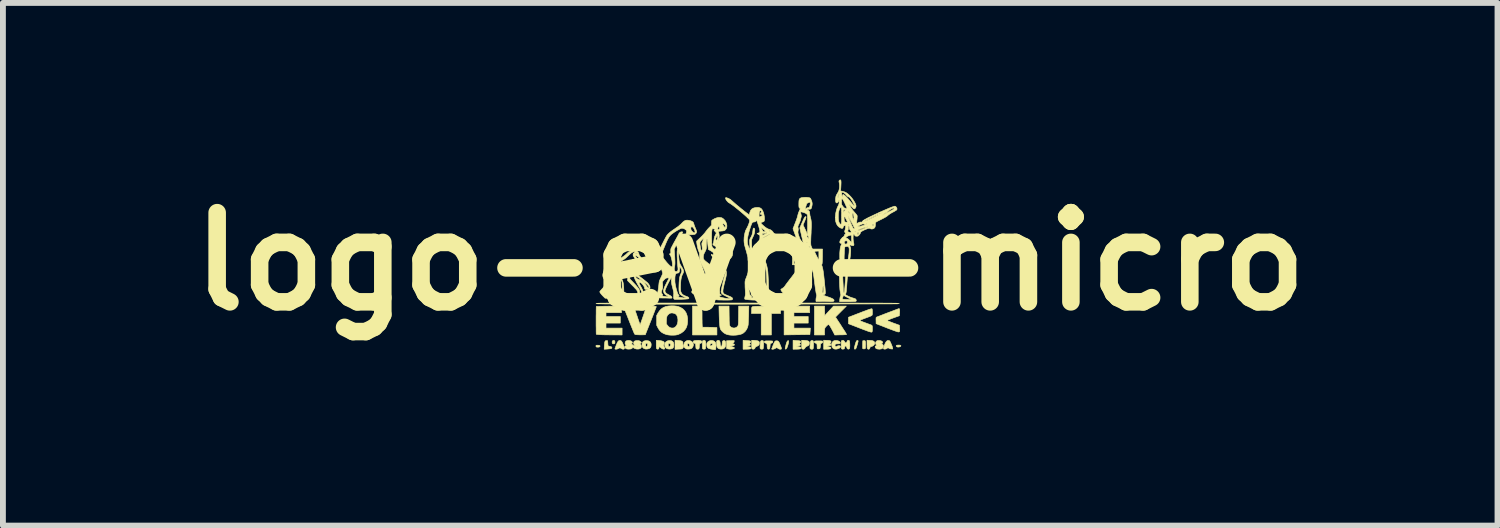
<source format=kicad_pcb>
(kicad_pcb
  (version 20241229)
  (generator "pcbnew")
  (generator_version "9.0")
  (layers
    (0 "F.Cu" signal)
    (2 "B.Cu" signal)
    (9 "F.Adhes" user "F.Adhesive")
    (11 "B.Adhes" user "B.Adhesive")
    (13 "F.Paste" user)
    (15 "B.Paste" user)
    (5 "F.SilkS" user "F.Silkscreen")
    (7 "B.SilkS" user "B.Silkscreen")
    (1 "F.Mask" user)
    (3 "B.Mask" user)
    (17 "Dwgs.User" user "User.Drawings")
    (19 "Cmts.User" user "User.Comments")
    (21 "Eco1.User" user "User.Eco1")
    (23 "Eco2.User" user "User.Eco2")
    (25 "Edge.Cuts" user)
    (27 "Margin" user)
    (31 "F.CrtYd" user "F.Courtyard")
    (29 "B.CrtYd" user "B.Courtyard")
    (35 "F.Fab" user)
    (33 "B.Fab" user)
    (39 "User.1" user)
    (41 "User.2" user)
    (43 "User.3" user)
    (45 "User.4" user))
  (footprint "logo-evo-micro"
    (layer "F.Cu")
    (at 9.768 1.418)
    (property "Reference" "logo-evo-micro" (at 0 0 0) (layer "F.SilkS") (effects (font (size 1.524 1.524) (thickness 0.3))))
    (attr through_hole)
    (fp_poly (pts (xy -2.583 1.432) (xy -2.57 1.437) (xy -2.565 1.445) (xy -2.57 1.455) (xy -2.579 1.46) (xy -2.594 1.463) (xy -2.611 1.463) (xy -2.625 1.461) (xy -2.631 1.459) (xy -2.635 1.451) (xy -2.636 1.442) (xy -2.634 1.435) (xy -2.629 1.432) (xy -2.619 1.43) (xy -2.604 1.43) (xy -2.583 1.432)) (stroke (width 0.01) (type solid)) (fill yes) (layer "F.SilkS"))
    (fp_poly (pts (xy -2.324 1.35) (xy -2.315 1.357) (xy -2.312 1.368) (xy -2.311 1.374) (xy -2.313 1.392) (xy -2.317 1.402) (xy -2.327 1.407) (xy -2.335 1.407) (xy -2.348 1.406) (xy -2.355 1.399) (xy -2.357 1.394) (xy -2.36 1.376) (xy -2.356 1.362) (xy -2.347 1.351) (xy -2.335 1.348) (xy -2.324 1.35)) (stroke (width 0.01) (type solid)) (fill yes) (layer "F.SilkS"))
    (fp_poly (pts (xy 2.545 1.428) (xy 2.562 1.43) (xy 2.571 1.433) (xy 2.575 1.439) (xy 2.575 1.439) (xy 2.572 1.448) (xy 2.562 1.455) (xy 2.547 1.46) (xy 2.53 1.462) (xy 2.515 1.461) (xy 2.503 1.456) (xy 2.502 1.455) (xy 2.494 1.444) (xy 2.496 1.435) (xy 2.507 1.43) (xy 2.527 1.428) (xy 2.545 1.428)) (stroke (width 0.01) (type solid)) (fill yes) (layer "F.SilkS"))
    (fp_poly (pts (xy -1.235 1.348) (xy -1.201 1.351) (xy -1.176 1.357) (xy -1.16 1.365) (xy -1.151 1.376) (xy -1.149 1.391) (xy -1.15 1.401) (xy -1.15 1.419) (xy -1.145 1.434) (xy -1.14 1.446) (xy -1.14 1.455) (xy -1.144 1.467) (xy -1.145 1.47) (xy -1.153 1.482) (xy -1.161 1.49) (xy -1.162 1.491) (xy -1.171 1.493) (xy -1.187 1.495) (xy -1.208 1.496) (xy -1.228 1.497) (xy -1.285 1.5) (xy -1.285 1.345) (xy -1.235 1.348)) (stroke (width 0.01) (type solid)) (fill yes) (layer "F.SilkS"))
    (fp_poly (pts (xy 0.655 1.354) (xy 0.656 1.355) (xy 0.658 1.363) (xy 0.656 1.377) (xy 0.653 1.397) (xy 0.647 1.419) (xy 0.64 1.441) (xy 0.633 1.462) (xy 0.628 1.473) (xy 0.618 1.489) (xy 0.609 1.497) (xy 0.602 1.496) (xy 0.598 1.489) (xy 0.598 1.48) (xy 0.601 1.463) (xy 0.606 1.442) (xy 0.612 1.419) (xy 0.618 1.398) (xy 0.625 1.379) (xy 0.626 1.375) (xy 0.635 1.36) (xy 0.645 1.352) (xy 0.655 1.354)) (stroke (width 0.01) (type solid)) (fill yes) (layer "F.SilkS"))
    (fp_poly (pts (xy 1.961 1.354) (xy 1.966 1.361) (xy 1.969 1.374) (xy 1.971 1.394) (xy 1.971 1.422) (xy 1.97 1.453) (xy 1.969 1.475) (xy 1.966 1.486) (xy 1.965 1.487) (xy 1.956 1.492) (xy 1.943 1.493) (xy 1.93 1.492) (xy 1.923 1.488) (xy 1.922 1.487) (xy 1.922 1.479) (xy 1.921 1.464) (xy 1.921 1.443) (xy 1.921 1.418) (xy 1.921 1.417) (xy 1.923 1.354) (xy 1.94 1.352) (xy 1.952 1.352) (xy 1.961 1.354)) (stroke (width 0.01) (type solid)) (fill yes) (layer "F.SilkS"))
    (fp_poly (pts (xy 0.518 0.889) (xy 0.361 0.889) (xy 0.361 1.255) (xy 0.188 1.255) (xy 0.188 0.889) (xy 0.022 0.889) (xy 0.024 0.839) (xy 0.025 0.816) (xy 0.025 0.798) (xy 0.027 0.785) (xy 0.032 0.777) (xy 0.041 0.771) (xy 0.054 0.769) (xy 0.074 0.767) (xy 0.102 0.766) (xy 0.133 0.765) (xy 0.168 0.764) (xy 0.21 0.764) (xy 0.257 0.763) (xy 0.305 0.762) (xy 0.351 0.762) (xy 0.377 0.762) (xy 0.518 0.762) (xy 0.518 0.889)) (stroke (width 0.01) (type solid)) (fill yes) (layer "F.SilkS"))
    (fp_poly (pts (xy -0.826 0.786) (xy -0.825 0.797) (xy -0.825 0.817) (xy -0.824 0.844) (xy -0.823 0.876) (xy -0.823 0.911) (xy -0.823 0.942) (xy -0.823 0.98) (xy -0.822 1.015) (xy -0.822 1.046) (xy -0.821 1.072) (xy -0.82 1.09) (xy -0.82 1.099) (xy -0.817 1.123) (xy -0.754 1.123) (xy -0.722 1.123) (xy -0.685 1.124) (xy -0.649 1.125) (xy -0.631 1.126) (xy -0.569 1.129) (xy -0.569 1.255) (xy -0.986 1.255) (xy -0.986 0.762) (xy -0.829 0.762) (xy -0.826 0.786)) (stroke (width 0.01) (type solid)) (fill yes) (layer "F.SilkS"))
    (fp_poly (pts (xy 1.016 0.874) (xy 0.747 0.874) (xy 0.747 0.94) (xy 0.991 0.94) (xy 0.991 1.052) (xy 0.747 1.052) (xy 0.747 1.138) (xy 1.027 1.138) (xy 1.024 1.193) (xy 1.022 1.215) (xy 1.021 1.233) (xy 1.02 1.244) (xy 1.019 1.248) (xy 1.014 1.248) (xy 1 1.248) (xy 0.978 1.249) (xy 0.948 1.249) (xy 0.913 1.25) (xy 0.873 1.25) (xy 0.829 1.251) (xy 0.799 1.251) (xy 0.579 1.254) (xy 0.579 0.762) (xy 1.016 0.762) (xy 1.016 0.874)) (stroke (width 0.01) (type solid)) (fill yes) (layer "F.SilkS"))
    (fp_poly (pts (xy 1.838 1.35) (xy 1.844 1.356) (xy 1.844 1.358) (xy 1.843 1.368) (xy 1.839 1.385) (xy 1.833 1.407) (xy 1.826 1.43) (xy 1.819 1.452) (xy 1.813 1.47) (xy 1.808 1.483) (xy 1.806 1.486) (xy 1.797 1.496) (xy 1.787 1.498) (xy 1.78 1.492) (xy 1.78 1.491) (xy 1.779 1.481) (xy 1.782 1.464) (xy 1.787 1.443) (xy 1.793 1.419) (xy 1.8 1.396) (xy 1.807 1.376) (xy 1.814 1.361) (xy 1.819 1.354) (xy 1.828 1.349) (xy 1.838 1.35)) (stroke (width 0.01) (type solid)) (fill yes) (layer "F.SilkS"))
    (fp_poly (pts (xy 2.046 1.348) (xy 2.076 1.35) (xy 2.097 1.355) (xy 2.112 1.363) (xy 2.122 1.374) (xy 2.126 1.383) (xy 2.127 1.401) (xy 2.12 1.419) (xy 2.106 1.435) (xy 2.087 1.447) (xy 2.068 1.453) (xy 2.056 1.456) (xy 2.049 1.463) (xy 2.047 1.473) (xy 2.04 1.489) (xy 2.029 1.498) (xy 2.016 1.498) (xy 2.004 1.491) (xy 2.001 1.485) (xy 1.999 1.477) (xy 1.997 1.462) (xy 1.997 1.441) (xy 1.996 1.414) (xy 1.996 1.345) (xy 2.046 1.348)) (stroke (width 0.01) (type solid)) (fill yes) (layer "F.SilkS"))
    (fp_poly (pts (xy 0.083 1.348) (xy 0.109 1.351) (xy 0.131 1.356) (xy 0.146 1.363) (xy 0.148 1.365) (xy 0.156 1.378) (xy 0.157 1.395) (xy 0.154 1.416) (xy 0.143 1.432) (xy 0.123 1.445) (xy 0.111 1.45) (xy 0.096 1.457) (xy 0.087 1.464) (xy 0.084 1.474) (xy 0.076 1.489) (xy 0.062 1.497) (xy 0.046 1.498) (xy 0.034 1.493) (xy 0.031 1.49) (xy 0.028 1.484) (xy 0.027 1.474) (xy 0.026 1.458) (xy 0.025 1.435) (xy 0.025 1.417) (xy 0.025 1.346) (xy 0.055 1.346) (xy 0.083 1.348)) (stroke (width 0.01) (type solid)) (fill yes) (layer "F.SilkS"))
    (fp_poly (pts (xy 0.216 1.352) (xy 0.223 1.356) (xy 0.226 1.366) (xy 0.226 1.369) (xy 0.228 1.386) (xy 0.229 1.407) (xy 0.228 1.43) (xy 0.227 1.453) (xy 0.225 1.473) (xy 0.222 1.487) (xy 0.218 1.494) (xy 0.203 1.498) (xy 0.186 1.497) (xy 0.175 1.492) (xy 0.171 1.488) (xy 0.169 1.482) (xy 0.168 1.473) (xy 0.168 1.458) (xy 0.169 1.435) (xy 0.169 1.428) (xy 0.172 1.398) (xy 0.174 1.377) (xy 0.178 1.364) (xy 0.183 1.356) (xy 0.191 1.352) (xy 0.202 1.351) (xy 0.203 1.351) (xy 0.216 1.352)) (stroke (width 0.01) (type solid)) (fill yes) (layer "F.SilkS"))
    (fp_poly (pts (xy -2.455 1.352) (xy -2.436 1.354) (xy -2.433 1.394) (xy -2.432 1.414) (xy -2.43 1.43) (xy -2.428 1.44) (xy -2.427 1.441) (xy -2.42 1.445) (xy -2.407 1.448) (xy -2.398 1.45) (xy -2.377 1.455) (xy -2.365 1.464) (xy -2.363 1.476) (xy -2.363 1.476) (xy -2.366 1.482) (xy -2.372 1.486) (xy -2.384 1.49) (xy -2.403 1.492) (xy -2.43 1.495) (xy -2.443 1.496) (xy -2.495 1.499) (xy -2.492 1.437) (xy -2.489 1.405) (xy -2.486 1.382) (xy -2.482 1.366) (xy -2.476 1.357) (xy -2.468 1.353) (xy -2.456 1.352) (xy -2.455 1.352)) (stroke (width 0.01) (type solid)) (fill yes) (layer "F.SilkS"))
    (fp_poly (pts (xy 0.937 1.348) (xy 0.963 1.351) (xy 0.985 1.356) (xy 0.999 1.363) (xy 1.002 1.365) (xy 1.009 1.377) (xy 1.011 1.394) (xy 1.009 1.412) (xy 1.002 1.427) (xy 1.002 1.428) (xy 0.991 1.436) (xy 0.976 1.445) (xy 0.97 1.447) (xy 0.952 1.457) (xy 0.94 1.47) (xy 0.939 1.473) (xy 0.926 1.491) (xy 0.912 1.499) (xy 0.895 1.497) (xy 0.888 1.493) (xy 0.884 1.49) (xy 0.882 1.484) (xy 0.88 1.474) (xy 0.879 1.458) (xy 0.879 1.435) (xy 0.879 1.417) (xy 0.879 1.346) (xy 0.909 1.346) (xy 0.937 1.348)) (stroke (width 0.01) (type solid)) (fill yes) (layer "F.SilkS"))
    (fp_poly (pts (xy -0.778 1.349) (xy -0.769 1.355) (xy -0.764 1.364) (xy -0.761 1.377) (xy -0.759 1.394) (xy -0.758 1.415) (xy -0.759 1.438) (xy -0.761 1.46) (xy -0.763 1.478) (xy -0.766 1.49) (xy -0.767 1.491) (xy -0.778 1.497) (xy -0.793 1.498) (xy -0.807 1.494) (xy -0.809 1.493) (xy -0.813 1.49) (xy -0.815 1.484) (xy -0.817 1.473) (xy -0.818 1.457) (xy -0.818 1.432) (xy -0.818 1.422) (xy -0.818 1.395) (xy -0.817 1.377) (xy -0.816 1.365) (xy -0.814 1.358) (xy -0.811 1.354) (xy -0.806 1.351) (xy -0.805 1.35) (xy -0.787 1.347) (xy -0.778 1.349)) (stroke (width 0.01) (type solid)) (fill yes) (layer "F.SilkS"))
    (fp_poly (pts (xy 1.07 1.352) (xy 1.076 1.356) (xy 1.079 1.366) (xy 1.08 1.369) (xy 1.081 1.381) (xy 1.082 1.401) (xy 1.082 1.424) (xy 1.081 1.437) (xy 1.08 1.463) (xy 1.078 1.481) (xy 1.074 1.491) (xy 1.067 1.497) (xy 1.057 1.498) (xy 1.051 1.499) (xy 1.037 1.496) (xy 1.029 1.492) (xy 1.025 1.488) (xy 1.022 1.482) (xy 1.021 1.473) (xy 1.021 1.458) (xy 1.023 1.435) (xy 1.023 1.428) (xy 1.025 1.398) (xy 1.028 1.377) (xy 1.031 1.364) (xy 1.037 1.356) (xy 1.044 1.352) (xy 1.055 1.351) (xy 1.057 1.351) (xy 1.07 1.352)) (stroke (width 0.01) (type solid)) (fill yes) (layer "F.SilkS"))
    (fp_poly (pts (xy 2.381 1.355) (xy 2.387 1.362) (xy 2.394 1.376) (xy 2.403 1.395) (xy 2.412 1.417) (xy 2.421 1.438) (xy 2.428 1.457) (xy 2.432 1.472) (xy 2.432 1.474) (xy 2.435 1.494) (xy 2.412 1.494) (xy 2.396 1.492) (xy 2.383 1.488) (xy 2.38 1.487) (xy 2.362 1.477) (xy 2.348 1.476) (xy 2.337 1.484) (xy 2.323 1.492) (xy 2.307 1.497) (xy 2.291 1.497) (xy 2.281 1.494) (xy 2.278 1.49) (xy 2.277 1.484) (xy 2.279 1.473) (xy 2.285 1.455) (xy 2.287 1.447) (xy 2.302 1.407) (xy 2.317 1.378) (xy 2.333 1.359) (xy 2.349 1.349) (xy 2.366 1.349) (xy 2.381 1.355)) (stroke (width 0.01) (type solid)) (fill yes) (layer "F.SilkS"))
    (fp_poly (pts (xy -2.203 1.357) (xy -2.195 1.366) (xy -2.189 1.377) (xy -2.18 1.395) (xy -2.171 1.416) (xy -2.163 1.438) (xy -2.155 1.458) (xy -2.15 1.474) (xy -2.149 1.482) (xy -2.153 1.493) (xy -2.163 1.498) (xy -2.178 1.498) (xy -2.196 1.491) (xy -2.205 1.486) (xy -2.216 1.479) (xy -2.226 1.476) (xy -2.236 1.479) (xy -2.251 1.486) (xy -2.261 1.491) (xy -2.273 1.496) (xy -2.288 1.498) (xy -2.301 1.498) (xy -2.31 1.495) (xy -2.311 1.492) (xy -2.31 1.484) (xy -2.304 1.47) (xy -2.297 1.45) (xy -2.289 1.429) (xy -2.28 1.407) (xy -2.271 1.388) (xy -2.265 1.375) (xy -2.252 1.358) (xy -2.236 1.349) (xy -2.219 1.349) (xy -2.203 1.357)) (stroke (width 0.01) (type solid)) (fill yes) (layer "F.SilkS"))
    (fp_poly (pts (xy -1.566 1.349) (xy -1.528 1.353) (xy -1.5 1.36) (xy -1.481 1.368) (xy -1.47 1.379) (xy -1.468 1.393) (xy -1.473 1.411) (xy -1.476 1.418) (xy -1.48 1.428) (xy -1.481 1.436) (xy -1.476 1.446) (xy -1.471 1.455) (xy -1.461 1.474) (xy -1.459 1.486) (xy -1.463 1.493) (xy -1.471 1.497) (xy -1.489 1.496) (xy -1.51 1.487) (xy -1.532 1.47) (xy -1.535 1.467) (xy -1.553 1.448) (xy -1.557 1.467) (xy -1.561 1.481) (xy -1.565 1.491) (xy -1.566 1.492) (xy -1.576 1.498) (xy -1.589 1.496) (xy -1.597 1.491) (xy -1.601 1.485) (xy -1.603 1.477) (xy -1.604 1.462) (xy -1.605 1.441) (xy -1.605 1.414) (xy -1.605 1.346) (xy -1.566 1.349)) (stroke (width 0.01) (type solid)) (fill yes) (layer "F.SilkS"))
    (fp_poly (pts (xy -0.856 1.35) (xy -0.837 1.355) (xy -0.828 1.363) (xy -0.828 1.364) (xy -0.826 1.379) (xy -0.832 1.39) (xy -0.842 1.397) (xy -0.845 1.397) (xy -0.855 1.399) (xy -0.862 1.404) (xy -0.866 1.416) (xy -0.869 1.435) (xy -0.87 1.449) (xy -0.871 1.473) (xy -0.875 1.487) (xy -0.879 1.494) (xy -0.893 1.498) (xy -0.909 1.497) (xy -0.922 1.491) (xy -0.927 1.481) (xy -0.929 1.464) (xy -0.93 1.45) (xy -0.931 1.424) (xy -0.935 1.408) (xy -0.943 1.399) (xy -0.952 1.397) (xy -0.966 1.393) (xy -0.974 1.382) (xy -0.975 1.374) (xy -0.973 1.364) (xy -0.967 1.357) (xy -0.953 1.352) (xy -0.932 1.349) (xy -0.919 1.348) (xy -0.883 1.347) (xy -0.856 1.35)) (stroke (width 0.01) (type solid)) (fill yes) (layer "F.SilkS"))
    (fp_poly (pts (xy -0.274 1.366) (xy -0.277 1.379) (xy -0.286 1.388) (xy -0.289 1.389) (xy -0.303 1.395) (xy -0.313 1.398) (xy -0.315 1.399) (xy -0.307 1.401) (xy -0.3 1.403) (xy -0.28 1.409) (xy -0.27 1.417) (xy -0.269 1.425) (xy -0.277 1.433) (xy -0.293 1.439) (xy -0.309 1.442) (xy -0.33 1.444) (xy -0.34 1.447) (xy -0.34 1.45) (xy -0.33 1.454) (xy -0.311 1.458) (xy -0.298 1.46) (xy -0.281 1.465) (xy -0.272 1.472) (xy -0.271 1.481) (xy -0.278 1.487) (xy -0.292 1.492) (xy -0.311 1.496) (xy -0.333 1.498) (xy -0.338 1.498) (xy -0.358 1.497) (xy -0.377 1.494) (xy -0.386 1.492) (xy -0.404 1.486) (xy -0.404 1.354) (xy -0.274 1.351) (xy -0.274 1.366)) (stroke (width 0.01) (type solid)) (fill yes) (layer "F.SilkS"))
    (fp_poly (pts (xy 0.339 1.356) (xy 0.359 1.357) (xy 0.374 1.358) (xy 0.381 1.359) (xy 0.381 1.359) (xy 0.385 1.366) (xy 0.386 1.374) (xy 0.383 1.383) (xy 0.373 1.39) (xy 0.364 1.395) (xy 0.343 1.405) (xy 0.339 1.445) (xy 0.337 1.464) (xy 0.334 1.481) (xy 0.33 1.491) (xy 0.33 1.491) (xy 0.319 1.498) (xy 0.305 1.496) (xy 0.298 1.491) (xy 0.293 1.481) (xy 0.29 1.464) (xy 0.289 1.449) (xy 0.289 1.426) (xy 0.286 1.412) (xy 0.28 1.403) (xy 0.269 1.397) (xy 0.264 1.395) (xy 0.248 1.387) (xy 0.24 1.377) (xy 0.242 1.367) (xy 0.245 1.364) (xy 0.25 1.36) (xy 0.259 1.358) (xy 0.274 1.356) (xy 0.296 1.356) (xy 0.314 1.356) (xy 0.339 1.356)) (stroke (width 0.01) (type solid)) (fill yes) (layer "F.SilkS"))
    (fp_poly (pts (xy 1.311 1.347) (xy 1.34 1.349) (xy 1.361 1.352) (xy 1.374 1.357) (xy 1.38 1.363) (xy 1.381 1.373) (xy 1.38 1.379) (xy 1.374 1.39) (xy 1.361 1.395) (xy 1.36 1.395) (xy 1.344 1.399) (xy 1.362 1.405) (xy 1.376 1.412) (xy 1.381 1.421) (xy 1.378 1.43) (xy 1.366 1.437) (xy 1.349 1.441) (xy 1.331 1.443) (xy 1.33 1.443) (xy 1.318 1.444) (xy 1.311 1.447) (xy 1.311 1.448) (xy 1.313 1.451) (xy 1.32 1.454) (xy 1.334 1.457) (xy 1.353 1.46) (xy 1.372 1.464) (xy 1.38 1.471) (xy 1.38 1.48) (xy 1.379 1.482) (xy 1.372 1.489) (xy 1.363 1.493) (xy 1.347 1.496) (xy 1.325 1.498) (xy 1.302 1.498) (xy 1.255 1.499) (xy 1.255 1.345) (xy 1.311 1.347)) (stroke (width 0.01) (type solid)) (fill yes) (layer "F.SilkS"))
    (fp_poly (pts (xy -1.034 1.351) (xy -1.01 1.36) (xy -0.989 1.376) (xy -0.977 1.394) (xy -0.971 1.416) (xy -0.973 1.439) (xy -0.982 1.462) (xy -0.996 1.48) (xy -1.008 1.488) (xy -1.025 1.493) (xy -1.048 1.496) (xy -1.07 1.496) (xy -1.089 1.494) (xy -1.089 1.494) (xy -1.111 1.482) (xy -1.127 1.464) (xy -1.135 1.441) (xy -1.135 1.417) (xy -1.134 1.415) (xy -1.075 1.415) (xy -1.075 1.428) (xy -1.07 1.44) (xy -1.061 1.449) (xy -1.052 1.453) (xy -1.044 1.451) (xy -1.039 1.445) (xy -1.036 1.427) (xy -1.041 1.412) (xy -1.047 1.405) (xy -1.06 1.4) (xy -1.07 1.405) (xy -1.075 1.415) (xy -1.134 1.415) (xy -1.126 1.391) (xy -1.122 1.384) (xy -1.105 1.365) (xy -1.084 1.353) (xy -1.059 1.349) (xy -1.034 1.351)) (stroke (width 0.01) (type solid)) (fill yes) (layer "F.SilkS"))
    (fp_poly (pts (xy -1.741 1.355) (xy -1.717 1.365) (xy -1.701 1.382) (xy -1.693 1.406) (xy -1.692 1.424) (xy -1.695 1.451) (xy -1.705 1.472) (xy -1.721 1.485) (xy -1.741 1.492) (xy -1.765 1.496) (xy -1.787 1.496) (xy -1.796 1.494) (xy -1.821 1.484) (xy -1.837 1.469) (xy -1.847 1.447) (xy -1.849 1.422) (xy -1.849 1.42) (xy -1.788 1.42) (xy -1.786 1.437) (xy -1.782 1.45) (xy -1.775 1.457) (xy -1.773 1.458) (xy -1.767 1.454) (xy -1.761 1.447) (xy -1.755 1.434) (xy -1.753 1.42) (xy -1.754 1.407) (xy -1.758 1.399) (xy -1.767 1.398) (xy -1.776 1.399) (xy -1.784 1.403) (xy -1.788 1.412) (xy -1.788 1.42) (xy -1.849 1.42) (xy -1.846 1.395) (xy -1.836 1.374) (xy -1.819 1.36) (xy -1.794 1.353) (xy -1.771 1.351) (xy -1.741 1.355)) (stroke (width 0.01) (type solid)) (fill yes) (layer "F.SilkS"))
    (fp_poly (pts (xy -1.347 1.354) (xy -1.327 1.364) (xy -1.313 1.381) (xy -1.306 1.406) (xy -1.304 1.424) (xy -1.307 1.453) (xy -1.316 1.474) (xy -1.331 1.487) (xy -1.332 1.487) (xy -1.353 1.494) (xy -1.379 1.496) (xy -1.405 1.494) (xy -1.41 1.493) (xy -1.434 1.483) (xy -1.451 1.465) (xy -1.46 1.442) (xy -1.461 1.415) (xy -1.461 1.414) (xy -1.401 1.414) (xy -1.401 1.431) (xy -1.397 1.445) (xy -1.39 1.455) (xy -1.381 1.456) (xy -1.371 1.448) (xy -1.365 1.438) (xy -1.36 1.425) (xy -1.36 1.417) (xy -1.363 1.41) (xy -1.375 1.4) (xy -1.387 1.398) (xy -1.395 1.402) (xy -1.401 1.414) (xy -1.461 1.414) (xy -1.461 1.412) (xy -1.452 1.387) (xy -1.435 1.368) (xy -1.412 1.355) (xy -1.382 1.35) (xy -1.375 1.35) (xy -1.347 1.354)) (stroke (width 0.01) (type solid)) (fill yes) (layer "F.SilkS"))
    (fp_poly (pts (xy -0.07 1.35) (xy -0.04 1.352) (xy -0.019 1.354) (xy -0.004 1.357) (xy 0.004 1.361) (xy 0.008 1.366) (xy 0.009 1.37) (xy 0.006 1.381) (xy -0.004 1.391) (xy -0.017 1.397) (xy -0.023 1.397) (xy -0.026 1.399) (xy -0.02 1.402) (xy -0.015 1.404) (xy -0.001 1.412) (xy 0.004 1.422) (xy 0.001 1.432) (xy -0.009 1.439) (xy -0.026 1.443) (xy -0.03 1.443) (xy -0.045 1.444) (xy -0.055 1.447) (xy -0.058 1.451) (xy -0.053 1.455) (xy -0.043 1.457) (xy -0.028 1.458) (xy -0.023 1.458) (xy -0.004 1.46) (xy 0.01 1.467) (xy 0.015 1.477) (xy 0.014 1.481) (xy 0.011 1.487) (xy 0.004 1.492) (xy -0.01 1.495) (xy -0.03 1.497) (xy -0.059 1.498) (xy -0.07 1.498) (xy -0.122 1.499) (xy -0.122 1.346) (xy -0.07 1.35)) (stroke (width 0.01) (type solid)) (fill yes) (layer "F.SilkS"))
    (fp_poly (pts (xy 0.784 1.35) (xy 0.814 1.352) (xy 0.835 1.354) (xy 0.849 1.357) (xy 0.857 1.361) (xy 0.861 1.366) (xy 0.863 1.37) (xy 0.86 1.381) (xy 0.85 1.391) (xy 0.836 1.397) (xy 0.831 1.397) (xy 0.827 1.399) (xy 0.833 1.402) (xy 0.838 1.404) (xy 0.852 1.412) (xy 0.858 1.422) (xy 0.855 1.432) (xy 0.844 1.439) (xy 0.827 1.443) (xy 0.823 1.443) (xy 0.808 1.444) (xy 0.798 1.447) (xy 0.795 1.451) (xy 0.8 1.455) (xy 0.81 1.457) (xy 0.826 1.458) (xy 0.83 1.458) (xy 0.85 1.46) (xy 0.863 1.467) (xy 0.868 1.477) (xy 0.868 1.481) (xy 0.865 1.487) (xy 0.857 1.492) (xy 0.844 1.495) (xy 0.824 1.497) (xy 0.795 1.498) (xy 0.784 1.498) (xy 0.732 1.499) (xy 0.732 1.346) (xy 0.784 1.35)) (stroke (width 0.01) (type solid)) (fill yes) (layer "F.SilkS"))
    (fp_poly (pts (xy 0.464 1.356) (xy 0.474 1.359) (xy 0.483 1.367) (xy 0.492 1.379) (xy 0.502 1.399) (xy 0.513 1.426) (xy 0.516 1.432) (xy 0.526 1.458) (xy 0.532 1.476) (xy 0.534 1.488) (xy 0.532 1.495) (xy 0.524 1.498) (xy 0.513 1.499) (xy 0.51 1.499) (xy 0.496 1.495) (xy 0.48 1.488) (xy 0.478 1.486) (xy 0.465 1.478) (xy 0.454 1.473) (xy 0.452 1.473) (xy 0.443 1.476) (xy 0.431 1.483) (xy 0.427 1.486) (xy 0.415 1.492) (xy 0.4 1.497) (xy 0.385 1.499) (xy 0.374 1.499) (xy 0.367 1.496) (xy 0.367 1.492) (xy 0.37 1.485) (xy 0.376 1.471) (xy 0.383 1.451) (xy 0.391 1.431) (xy 0.402 1.403) (xy 0.412 1.382) (xy 0.42 1.368) (xy 0.428 1.36) (xy 0.437 1.356) (xy 0.449 1.355) (xy 0.452 1.355) (xy 0.464 1.356)) (stroke (width 0.01) (type solid)) (fill yes) (layer "F.SilkS"))
    (fp_poly (pts (xy 1.49 1.352) (xy 1.51 1.358) (xy 1.527 1.368) (xy 1.537 1.38) (xy 1.539 1.39) (xy 1.538 1.398) (xy 1.531 1.403) (xy 1.519 1.406) (xy 1.499 1.407) (xy 1.492 1.407) (xy 1.473 1.408) (xy 1.46 1.411) (xy 1.454 1.413) (xy 1.448 1.425) (xy 1.45 1.439) (xy 1.457 1.449) (xy 1.464 1.454) (xy 1.471 1.454) (xy 1.481 1.448) (xy 1.497 1.441) (xy 1.515 1.438) (xy 1.53 1.44) (xy 1.539 1.445) (xy 1.544 1.456) (xy 1.539 1.467) (xy 1.528 1.478) (xy 1.512 1.486) (xy 1.493 1.493) (xy 1.472 1.497) (xy 1.451 1.497) (xy 1.432 1.493) (xy 1.429 1.491) (xy 1.411 1.478) (xy 1.399 1.459) (xy 1.393 1.437) (xy 1.392 1.413) (xy 1.397 1.39) (xy 1.408 1.371) (xy 1.423 1.358) (xy 1.444 1.351) (xy 1.467 1.349) (xy 1.49 1.352)) (stroke (width 0.01) (type solid)) (fill yes) (layer "F.SilkS"))
    (fp_poly (pts (xy -0.529 1.351) (xy -0.519 1.365) (xy -0.514 1.386) (xy -0.513 1.399) (xy -0.512 1.419) (xy -0.507 1.436) (xy -0.502 1.449) (xy -0.495 1.453) (xy -0.489 1.448) (xy -0.484 1.436) (xy -0.48 1.419) (xy -0.478 1.4) (xy -0.478 1.396) (xy -0.476 1.373) (xy -0.47 1.359) (xy -0.459 1.352) (xy -0.45 1.351) (xy -0.437 1.353) (xy -0.428 1.359) (xy -0.422 1.372) (xy -0.419 1.393) (xy -0.418 1.404) (xy -0.419 1.435) (xy -0.425 1.458) (xy -0.438 1.477) (xy -0.447 1.484) (xy -0.463 1.492) (xy -0.485 1.496) (xy -0.508 1.496) (xy -0.522 1.494) (xy -0.542 1.487) (xy -0.556 1.476) (xy -0.566 1.46) (xy -0.572 1.438) (xy -0.574 1.408) (xy -0.574 1.396) (xy -0.574 1.376) (xy -0.573 1.363) (xy -0.57 1.356) (xy -0.565 1.352) (xy -0.562 1.351) (xy -0.544 1.346) (xy -0.529 1.351)) (stroke (width 0.01) (type solid)) (fill yes) (layer "F.SilkS"))
    (fp_poly (pts (xy 1.192 1.356) (xy 1.213 1.357) (xy 1.227 1.358) (xy 1.234 1.359) (xy 1.234 1.359) (xy 1.238 1.366) (xy 1.24 1.374) (xy 1.236 1.386) (xy 1.224 1.395) (xy 1.223 1.395) (xy 1.211 1.401) (xy 1.205 1.405) (xy 1.204 1.406) (xy 1.203 1.411) (xy 1.201 1.425) (xy 1.199 1.443) (xy 1.199 1.446) (xy 1.196 1.469) (xy 1.192 1.484) (xy 1.188 1.489) (xy 1.178 1.492) (xy 1.165 1.493) (xy 1.152 1.492) (xy 1.146 1.49) (xy 1.145 1.484) (xy 1.143 1.47) (xy 1.143 1.452) (xy 1.143 1.451) (xy 1.142 1.428) (xy 1.14 1.413) (xy 1.134 1.404) (xy 1.124 1.398) (xy 1.117 1.395) (xy 1.101 1.387) (xy 1.094 1.377) (xy 1.095 1.367) (xy 1.098 1.364) (xy 1.103 1.36) (xy 1.113 1.358) (xy 1.127 1.356) (xy 1.149 1.356) (xy 1.168 1.356) (xy 1.192 1.356)) (stroke (width 0.01) (type solid)) (fill yes) (layer "F.SilkS"))
    (fp_poly (pts (xy 1.273 0.925) (xy 1.423 0.762) (xy 1.643 0.762) (xy 1.55 0.855) (xy 1.457 0.949) (xy 1.546 1.085) (xy 1.572 1.126) (xy 1.594 1.16) (xy 1.611 1.186) (xy 1.624 1.206) (xy 1.633 1.222) (xy 1.639 1.233) (xy 1.643 1.24) (xy 1.645 1.244) (xy 1.645 1.247) (xy 1.644 1.248) (xy 1.638 1.249) (xy 1.624 1.25) (xy 1.603 1.252) (xy 1.576 1.253) (xy 1.546 1.253) (xy 1.543 1.253) (xy 1.445 1.256) (xy 1.413 1.193) (xy 1.392 1.154) (xy 1.375 1.124) (xy 1.362 1.102) (xy 1.351 1.087) (xy 1.343 1.079) (xy 1.337 1.077) (xy 1.328 1.081) (xy 1.316 1.09) (xy 1.302 1.104) (xy 1.289 1.118) (xy 1.279 1.132) (xy 1.275 1.14) (xy 1.273 1.151) (xy 1.271 1.169) (xy 1.27 1.191) (xy 1.27 1.204) (xy 1.27 1.255) (xy 1.097 1.255) (xy 1.097 0.762) (xy 1.27 0.762) (xy 1.273 0.925)) (stroke (width 0.01) (type solid)) (fill yes) (layer "F.SilkS"))
    (fp_poly (pts (xy -0.631 1.354) (xy -0.61 1.365) (xy -0.595 1.382) (xy -0.591 1.392) (xy -0.587 1.409) (xy -0.585 1.429) (xy -0.585 1.451) (xy -0.586 1.472) (xy -0.589 1.49) (xy -0.593 1.502) (xy -0.597 1.506) (xy -0.604 1.506) (xy -0.618 1.505) (xy -0.637 1.502) (xy -0.643 1.501) (xy -0.678 1.495) (xy -0.703 1.488) (xy -0.721 1.48) (xy -0.733 1.468) (xy -0.739 1.453) (xy -0.741 1.434) (xy -0.742 1.426) (xy -0.688 1.426) (xy -0.687 1.436) (xy -0.68 1.442) (xy -0.669 1.441) (xy -0.655 1.433) (xy -0.652 1.43) (xy -0.644 1.42) (xy -0.643 1.412) (xy -0.645 1.407) (xy -0.654 1.399) (xy -0.666 1.399) (xy -0.678 1.408) (xy -0.682 1.412) (xy -0.688 1.426) (xy -0.742 1.426) (xy -0.742 1.424) (xy -0.741 1.405) (xy -0.739 1.393) (xy -0.734 1.384) (xy -0.725 1.374) (xy -0.704 1.359) (xy -0.68 1.351) (xy -0.655 1.349) (xy -0.631 1.354)) (stroke (width 0.01) (type solid)) (fill yes) (layer "F.SilkS"))
    (fp_poly (pts (xy -2.2 0.874) (xy -2.464 0.874) (xy -2.464 0.94) (xy -2.22 0.94) (xy -2.22 1.052) (xy -2.464 1.052) (xy -2.464 1.138) (xy -2.189 1.138) (xy -2.189 1.255) (xy -2.353 1.254) (xy -2.396 1.254) (xy -2.438 1.253) (xy -2.478 1.253) (xy -2.514 1.252) (xy -2.544 1.251) (xy -2.566 1.25) (xy -2.572 1.25) (xy -2.594 1.248) (xy -2.613 1.246) (xy -2.626 1.244) (xy -2.63 1.243) (xy -2.631 1.237) (xy -2.631 1.222) (xy -2.632 1.2) (xy -2.632 1.172) (xy -2.632 1.138) (xy -2.633 1.1) (xy -2.633 1.059) (xy -2.633 1.017) (xy -2.633 0.974) (xy -2.633 0.932) (xy -2.632 0.893) (xy -2.632 0.857) (xy -2.632 0.825) (xy -2.631 0.799) (xy -2.631 0.781) (xy -2.63 0.77) (xy -2.63 0.769) (xy -2.624 0.768) (xy -2.61 0.767) (xy -2.587 0.767) (xy -2.558 0.766) (xy -2.522 0.765) (xy -2.482 0.764) (xy -2.438 0.764) (xy -2.414 0.763) (xy -2.2 0.76) (xy -2.2 0.874)) (stroke (width 0.01) (type solid)) (fill yes) (layer "F.SilkS"))
    (fp_poly (pts (xy 2.199 1.349) (xy 2.224 1.352) (xy 2.245 1.359) (xy 2.258 1.369) (xy 2.263 1.381) (xy 2.263 1.382) (xy 2.26 1.393) (xy 2.251 1.397) (xy 2.244 1.399) (xy 2.243 1.402) (xy 2.249 1.408) (xy 2.257 1.414) (xy 2.271 1.427) (xy 2.276 1.442) (xy 2.272 1.46) (xy 2.268 1.471) (xy 2.257 1.486) (xy 2.241 1.493) (xy 2.241 1.493) (xy 2.212 1.498) (xy 2.182 1.496) (xy 2.166 1.493) (xy 2.15 1.486) (xy 2.14 1.474) (xy 2.136 1.462) (xy 2.135 1.452) (xy 2.137 1.45) (xy 2.196 1.45) (xy 2.2 1.453) (xy 2.209 1.457) (xy 2.212 1.458) (xy 2.213 1.456) (xy 2.21 1.453) (xy 2.201 1.449) (xy 2.197 1.448) (xy 2.196 1.45) (xy 2.137 1.45) (xy 2.14 1.445) (xy 2.149 1.44) (xy 2.165 1.432) (xy 2.153 1.423) (xy 2.144 1.409) (xy 2.141 1.392) (xy 2.147 1.374) (xy 2.156 1.363) (xy 2.165 1.355) (xy 2.175 1.351) (xy 2.19 1.349) (xy 2.199 1.349)) (stroke (width 0.01) (type solid)) (fill yes) (layer "F.SilkS"))
    (fp_poly (pts (xy 1.686 1.348) (xy 1.693 1.352) (xy 1.697 1.362) (xy 1.699 1.379) (xy 1.701 1.404) (xy 1.701 1.407) (xy 1.702 1.44) (xy 1.701 1.463) (xy 1.698 1.48) (xy 1.694 1.49) (xy 1.687 1.495) (xy 1.684 1.497) (xy 1.67 1.496) (xy 1.658 1.488) (xy 1.651 1.476) (xy 1.651 1.473) (xy 1.648 1.462) (xy 1.64 1.451) (xy 1.631 1.444) (xy 1.624 1.444) (xy 1.619 1.451) (xy 1.614 1.465) (xy 1.613 1.47) (xy 1.61 1.485) (xy 1.604 1.493) (xy 1.599 1.495) (xy 1.58 1.498) (xy 1.566 1.495) (xy 1.563 1.493) (xy 1.56 1.49) (xy 1.557 1.484) (xy 1.556 1.473) (xy 1.555 1.457) (xy 1.554 1.432) (xy 1.554 1.422) (xy 1.555 1.395) (xy 1.555 1.377) (xy 1.556 1.365) (xy 1.558 1.358) (xy 1.561 1.354) (xy 1.566 1.351) (xy 1.567 1.351) (xy 1.584 1.347) (xy 1.6 1.353) (xy 1.611 1.367) (xy 1.614 1.372) (xy 1.619 1.384) (xy 1.627 1.389) (xy 1.634 1.389) (xy 1.644 1.388) (xy 1.649 1.381) (xy 1.652 1.372) (xy 1.658 1.355) (xy 1.669 1.347) (xy 1.676 1.346) (xy 1.686 1.348)) (stroke (width 0.01) (type solid)) (fill yes) (layer "F.SilkS"))
    (fp_poly (pts (xy 2.549 0.809) (xy 2.552 0.82) (xy 2.553 0.824) (xy 2.554 0.84) (xy 2.553 0.862) (xy 2.552 0.884) (xy 2.552 0.886) (xy 2.548 0.927) (xy 2.467 0.956) (xy 2.437 0.967) (xy 2.41 0.977) (xy 2.386 0.987) (xy 2.367 0.994) (xy 2.36 0.997) (xy 2.335 1.009) (xy 2.396 1.032) (xy 2.424 1.043) (xy 2.455 1.055) (xy 2.484 1.065) (xy 2.503 1.072) (xy 2.549 1.089) (xy 2.553 1.136) (xy 2.554 1.163) (xy 2.554 1.182) (xy 2.552 1.194) (xy 2.547 1.201) (xy 2.538 1.203) (xy 2.531 1.204) (xy 2.521 1.202) (xy 2.502 1.196) (xy 2.476 1.187) (xy 2.443 1.175) (xy 2.403 1.16) (xy 2.357 1.143) (xy 2.332 1.133) (xy 2.151 1.062) (xy 2.15 1.009) (xy 2.149 0.985) (xy 2.15 0.969) (xy 2.151 0.959) (xy 2.154 0.954) (xy 2.158 0.951) (xy 2.164 0.948) (xy 2.179 0.942) (xy 2.201 0.934) (xy 2.228 0.923) (xy 2.26 0.911) (xy 2.295 0.897) (xy 2.332 0.883) (xy 2.369 0.869) (xy 2.406 0.855) (xy 2.441 0.842) (xy 2.472 0.83) (xy 2.499 0.82) (xy 2.52 0.812) (xy 2.534 0.807) (xy 2.538 0.805) (xy 2.545 0.805) (xy 2.549 0.809)) (stroke (width 0.01) (type solid)) (fill yes) (layer "F.SilkS"))
    (fp_poly (pts (xy 2.08 0.808) (xy 2.081 0.809) (xy 2.084 0.816) (xy 2.086 0.831) (xy 2.087 0.85) (xy 2.087 0.871) (xy 2.087 0.891) (xy 2.085 0.908) (xy 2.084 0.914) (xy 2.081 0.918) (xy 2.076 0.923) (xy 2.067 0.928) (xy 2.053 0.935) (xy 2.032 0.943) (xy 2.004 0.954) (xy 1.974 0.965) (xy 1.939 0.978) (xy 1.914 0.988) (xy 1.895 0.995) (xy 1.883 1) (xy 1.877 1.004) (xy 1.875 1.007) (xy 1.876 1.01) (xy 1.88 1.012) (xy 1.889 1.017) (xy 1.906 1.024) (xy 1.93 1.034) (xy 1.958 1.044) (xy 1.99 1.056) (xy 2.023 1.068) (xy 2.055 1.08) (xy 2.056 1.08) (xy 2.071 1.086) (xy 2.08 1.092) (xy 2.084 1.1) (xy 2.086 1.11) (xy 2.087 1.125) (xy 2.087 1.147) (xy 2.087 1.168) (xy 2.086 1.187) (xy 2.083 1.199) (xy 2.078 1.206) (xy 2.069 1.207) (xy 2.054 1.204) (xy 2.031 1.197) (xy 2.014 1.192) (xy 1.996 1.185) (xy 1.97 1.175) (xy 1.939 1.164) (xy 1.903 1.15) (xy 1.864 1.135) (xy 1.826 1.12) (xy 1.821 1.118) (xy 1.679 1.063) (xy 1.679 0.953) (xy 1.831 0.894) (xy 1.886 0.873) (xy 1.932 0.855) (xy 1.971 0.841) (xy 2.002 0.829) (xy 2.026 0.82) (xy 2.046 0.814) (xy 2.06 0.81) (xy 2.07 0.808) (xy 2.076 0.807) (xy 2.08 0.808)) (stroke (width 0.01) (type solid)) (fill yes) (layer "F.SilkS"))
    (fp_poly (pts (xy -0.36 0.921) (xy -0.359 0.966) (xy -0.359 1.002) (xy -0.358 1.031) (xy -0.357 1.052) (xy -0.356 1.069) (xy -0.354 1.08) (xy -0.352 1.089) (xy -0.35 1.096) (xy -0.349 1.098) (xy -0.335 1.117) (xy -0.314 1.129) (xy -0.291 1.136) (xy -0.266 1.136) (xy -0.243 1.129) (xy -0.223 1.116) (xy -0.21 1.098) (xy -0.207 1.092) (xy -0.205 1.085) (xy -0.204 1.074) (xy -0.202 1.061) (xy -0.201 1.042) (xy -0.2 1.017) (xy -0.2 0.985) (xy -0.199 0.945) (xy -0.199 0.921) (xy -0.197 0.762) (xy -0.024 0.762) (xy -0.027 0.906) (xy -0.028 0.945) (xy -0.03 0.982) (xy -0.031 1.017) (xy -0.033 1.046) (xy -0.034 1.069) (xy -0.035 1.084) (xy -0.035 1.084) (xy -0.045 1.124) (xy -0.063 1.162) (xy -0.087 1.195) (xy -0.117 1.222) (xy -0.144 1.237) (xy -0.171 1.246) (xy -0.205 1.253) (xy -0.244 1.258) (xy -0.285 1.26) (xy -0.325 1.259) (xy -0.361 1.255) (xy -0.374 1.252) (xy -0.395 1.247) (xy -0.416 1.239) (xy -0.427 1.234) (xy -0.449 1.22) (xy -0.472 1.201) (xy -0.492 1.18) (xy -0.506 1.159) (xy -0.508 1.156) (xy -0.512 1.143) (xy -0.517 1.125) (xy -0.52 1.101) (xy -0.523 1.071) (xy -0.526 1.033) (xy -0.528 0.987) (xy -0.53 0.932) (xy -0.531 0.893) (xy -0.534 0.762) (xy -0.362 0.762) (xy -0.36 0.921)) (stroke (width 0.01) (type solid)) (fill yes) (layer "F.SilkS"))
    (fp_poly (pts (xy -1.664 0.762) (xy -1.64 0.763) (xy -1.623 0.764) (xy -1.613 0.766) (xy -1.607 0.769) (xy -1.605 0.773) (xy -1.605 0.774) (xy -1.607 0.78) (xy -1.612 0.795) (xy -1.621 0.816) (xy -1.632 0.845) (xy -1.645 0.879) (xy -1.66 0.918) (xy -1.677 0.961) (xy -1.695 1.007) (xy -1.699 1.016) (xy -1.793 1.252) (xy -1.863 1.253) (xy -1.89 1.253) (xy -1.916 1.252) (xy -1.937 1.251) (xy -1.951 1.25) (xy -1.953 1.25) (xy -1.966 1.246) (xy -1.975 1.24) (xy -1.977 1.239) (xy -1.98 1.232) (xy -1.986 1.217) (xy -1.996 1.194) (xy -2.008 1.164) (xy -2.023 1.128) (xy -2.039 1.088) (xy -2.057 1.043) (xy -2.076 0.995) (xy -2.096 0.944) (xy -2.115 0.896) (xy -2.127 0.866) (xy -2.138 0.838) (xy -2.147 0.814) (xy -2.153 0.795) (xy -2.157 0.784) (xy -2.157 0.783) (xy -2.158 0.773) (xy -2.154 0.768) (xy -2.143 0.765) (xy -2.132 0.764) (xy -2.112 0.763) (xy -2.088 0.763) (xy -2.062 0.763) (xy -2.058 0.763) (xy -1.99 0.765) (xy -1.943 0.904) (xy -1.93 0.941) (xy -1.919 0.975) (xy -1.908 1.006) (xy -1.899 1.031) (xy -1.893 1.05) (xy -1.888 1.061) (xy -1.888 1.062) (xy -1.88 1.079) (xy -1.875 1.067) (xy -1.867 1.043) (xy -1.856 1.013) (xy -1.844 0.978) (xy -1.831 0.941) (xy -1.818 0.903) (xy -1.806 0.869) (xy -1.797 0.839) (xy -1.794 0.829) (xy -1.772 0.762) (xy -1.697 0.762) (xy -1.664 0.762)) (stroke (width 0.01) (type solid)) (fill yes) (layer "F.SilkS"))
    (fp_poly (pts (xy -1.296 0.758) (xy -1.258 0.763) (xy -1.224 0.771) (xy -1.193 0.784) (xy -1.19 0.785) (xy -1.151 0.809) (xy -1.12 0.84) (xy -1.095 0.878) (xy -1.079 0.922) (xy -1.07 0.971) (xy -1.07 1.025) (xy -1.072 1.047) (xy -1.077 1.083) (xy -1.085 1.111) (xy -1.095 1.135) (xy -1.107 1.155) (xy -1.138 1.192) (xy -1.177 1.221) (xy -1.221 1.243) (xy -1.248 1.252) (xy -1.277 1.257) (xy -1.313 1.259) (xy -1.351 1.259) (xy -1.388 1.256) (xy -1.42 1.251) (xy -1.426 1.25) (xy -1.471 1.234) (xy -1.51 1.213) (xy -1.541 1.185) (xy -1.567 1.15) (xy -1.579 1.128) (xy -1.598 1.09) (xy -1.598 1.064) (xy -1.434 1.064) (xy -1.416 1.089) (xy -1.394 1.114) (xy -1.369 1.13) (xy -1.341 1.137) (xy -1.313 1.136) (xy -1.299 1.131) (xy -1.276 1.116) (xy -1.257 1.093) (xy -1.244 1.065) (xy -1.237 1.032) (xy -1.235 0.995) (xy -1.24 0.958) (xy -1.243 0.949) (xy -1.254 0.92) (xy -1.271 0.9) (xy -1.294 0.887) (xy -1.302 0.885) (xy -1.331 0.879) (xy -1.354 0.88) (xy -1.374 0.886) (xy -1.387 0.895) (xy -1.404 0.909) (xy -1.416 0.923) (xy -1.423 0.939) (xy -1.428 0.959) (xy -1.431 0.987) (xy -1.432 1.006) (xy -1.434 1.064) (xy -1.598 1.064) (xy -1.598 0.922) (xy -1.578 0.885) (xy -1.552 0.845) (xy -1.523 0.813) (xy -1.488 0.788) (xy -1.448 0.771) (xy -1.402 0.761) (xy -1.348 0.757) (xy -1.341 0.757) (xy -1.296 0.758)) (stroke (width 0.01) (type solid)) (fill yes) (layer "F.SilkS"))
    (fp_poly (pts (xy -2.047 1.353) (xy -2.031 1.36) (xy -2.02 1.368) (xy -2.014 1.379) (xy -2.013 1.389) (xy -2.018 1.396) (xy -2.025 1.397) (xy -2.031 1.399) (xy -2.029 1.406) (xy -2.018 1.418) (xy -2.013 1.422) (xy -1.996 1.433) (xy -1.981 1.438) (xy -1.979 1.438) (xy -1.965 1.438) (xy -1.978 1.427) (xy -1.987 1.418) (xy -1.991 1.406) (xy -1.991 1.394) (xy -1.989 1.375) (xy -1.98 1.362) (xy -1.964 1.355) (xy -1.94 1.351) (xy -1.93 1.351) (xy -1.909 1.352) (xy -1.894 1.355) (xy -1.881 1.362) (xy -1.879 1.363) (xy -1.865 1.375) (xy -1.86 1.385) (xy -1.866 1.394) (xy -1.872 1.397) (xy -1.886 1.402) (xy -1.873 1.417) (xy -1.863 1.432) (xy -1.859 1.451) (xy -1.861 1.468) (xy -1.869 1.48) (xy -1.887 1.491) (xy -1.911 1.496) (xy -1.938 1.496) (xy -1.964 1.49) (xy -1.985 1.48) (xy -2.003 1.468) (xy -2.017 1.481) (xy -2.027 1.489) (xy -2.039 1.494) (xy -2.057 1.496) (xy -2.063 1.496) (xy -2.083 1.497) (xy -2.102 1.495) (xy -2.112 1.493) (xy -2.128 1.484) (xy -2.14 1.471) (xy -2.144 1.457) (xy -2.14 1.449) (xy -2.081 1.449) (xy -2.08 1.453) (xy -2.073 1.457) (xy -2.069 1.458) (xy -2.063 1.457) (xy -2.067 1.454) (xy -2.068 1.453) (xy -2.072 1.451) (xy -1.933 1.451) (xy -1.933 1.453) (xy -1.927 1.457) (xy -1.922 1.458) (xy -1.92 1.456) (xy -1.924 1.453) (xy -1.928 1.451) (xy -1.933 1.451) (xy -2.072 1.451) (xy -2.077 1.448) (xy -2.081 1.449) (xy -2.14 1.449) (xy -2.14 1.449) (xy -2.13 1.441) (xy -2.129 1.44) (xy -2.114 1.433) (xy -2.127 1.419) (xy -2.136 1.408) (xy -2.138 1.396) (xy -2.137 1.389) (xy -2.132 1.371) (xy -2.123 1.359) (xy -2.106 1.352) (xy -2.102 1.351) (xy -2.075 1.348) (xy -2.047 1.353)) (stroke (width 0.01) (type solid)) (fill yes) (layer "F.SilkS"))
    (fp_poly (pts (xy -0.034 0.709) (xy 0.106 0.709) (xy 0.245 0.709) (xy 0.384 0.709) (xy 0.522 0.709) (xy 0.658 0.709) (xy 0.792 0.709) (xy 0.924 0.709) (xy 1.054 0.709) (xy 1.18 0.709) (xy 1.303 0.709) (xy 1.422 0.71) (xy 1.537 0.71) (xy 1.647 0.71) (xy 1.752 0.71) (xy 1.852 0.71) (xy 1.947 0.711) (xy 2.035 0.711) (xy 2.117 0.711) (xy 2.192 0.711) (xy 2.26 0.711) (xy 2.32 0.712) (xy 2.373 0.712) (xy 2.417 0.712) (xy 2.452 0.713) (xy 2.478 0.713) (xy 2.495 0.713) (xy 2.502 0.714) (xy 2.548 0.718) (xy 2.515 0.723) (xy 2.507 0.723) (xy 2.49 0.723) (xy 2.464 0.723) (xy 2.428 0.724) (xy 2.384 0.724) (xy 2.332 0.724) (xy 2.272 0.725) (xy 2.204 0.725) (xy 2.129 0.725) (xy 2.048 0.725) (xy 1.96 0.726) (xy 1.866 0.726) (xy 1.767 0.726) (xy 1.662 0.726) (xy 1.553 0.726) (xy 1.439 0.727) (xy 1.321 0.727) (xy 1.2 0.727) (xy 1.075 0.727) (xy 0.947 0.727) (xy 0.817 0.728) (xy 0.685 0.728) (xy 0.551 0.728) (xy 0.416 0.728) (xy 0.279 0.728) (xy 0.143 0.728) (xy 0.006 0.728) (xy -0.131 0.729) (xy -0.268 0.729) (xy -0.403 0.729) (xy -0.537 0.729) (xy -0.67 0.729) (xy -0.8 0.729) (xy -0.928 0.729) (xy -1.053 0.729) (xy -1.174 0.729) (xy -1.292 0.729) (xy -1.407 0.729) (xy -1.516 0.729) (xy -1.621 0.729) (xy -1.721 0.729) (xy -1.815 0.729) (xy -1.904 0.728) (xy -1.986 0.728) (xy -2.061 0.728) (xy -2.129 0.728) (xy -2.19 0.728) (xy -2.243 0.728) (xy -2.288 0.727) (xy -2.324 0.727) (xy -2.345 0.727) (xy -2.398 0.726) (xy -2.448 0.726) (xy -2.494 0.725) (xy -2.535 0.724) (xy -2.57 0.723) (xy -2.598 0.723) (xy -2.619 0.722) (xy -2.631 0.721) (xy -2.634 0.721) (xy -2.631 0.719) (xy -2.62 0.716) (xy -2.602 0.714) (xy -2.592 0.713) (xy -2.584 0.713) (xy -2.566 0.712) (xy -2.538 0.712) (xy -2.501 0.712) (xy -2.456 0.711) (xy -2.402 0.711) (xy -2.341 0.711) (xy -2.272 0.711) (xy -2.195 0.71) (xy -2.112 0.71) (xy -2.023 0.71) (xy -1.928 0.71) (xy -1.827 0.71) (xy -1.721 0.71) (xy -1.61 0.709) (xy -1.494 0.709) (xy -1.374 0.709) (xy -1.251 0.709) (xy -1.124 0.709) (xy -0.995 0.709) (xy -0.862 0.709) (xy -0.728 0.709) (xy -0.591 0.709) (xy -0.453 0.709) (xy -0.314 0.709) (xy -0.175 0.709) (xy -0.034 0.709)) (stroke (width 0.01) (type solid)) (fill yes) (layer "F.SilkS"))
    (fp_poly (pts (xy -1.966 -0.186) (xy -1.938 -0.178) (xy -1.918 -0.163) (xy -1.905 -0.142) (xy -1.901 -0.125) (xy -1.893 -0.103) (xy -1.879 -0.084) (xy -1.878 -0.083) (xy -1.863 -0.067) (xy -1.857 -0.054) (xy -1.858 -0.041) (xy -1.866 -0.024) (xy -1.867 -0.022) (xy -1.881 -0.004) (xy -1.9 0.013) (xy -1.92 0.025) (xy -1.939 0.03) (xy -1.942 0.03) (xy -1.957 0.03) (xy -1.954 0.107) (xy -1.952 0.135) (xy -1.95 0.16) (xy -1.948 0.18) (xy -1.946 0.194) (xy -1.945 0.197) (xy -1.94 0.207) (xy -1.933 0.217) (xy -1.922 0.229) (xy -1.906 0.243) (xy -1.884 0.26) (xy -1.867 0.273) (xy -1.832 0.3) (xy -1.804 0.322) (xy -1.782 0.34) (xy -1.765 0.354) (xy -1.751 0.367) (xy -1.741 0.379) (xy -1.732 0.391) (xy -1.732 0.391) (xy -1.718 0.414) (xy -1.712 0.436) (xy -1.713 0.454) (xy -1.716 0.461) (xy -1.726 0.468) (xy -1.742 0.474) (xy -1.762 0.477) (xy -1.768 0.478) (xy -1.787 0.476) (xy -1.799 0.472) (xy -1.803 0.464) (xy -1.804 0.46) (xy -1.807 0.443) (xy -1.816 0.423) (xy -1.829 0.403) (xy -1.844 0.385) (xy -1.86 0.37) (xy -1.876 0.36) (xy -1.889 0.357) (xy -1.893 0.358) (xy -1.897 0.361) (xy -1.898 0.366) (xy -1.896 0.375) (xy -1.889 0.389) (xy -1.879 0.41) (xy -1.864 0.437) (xy -1.84 0.484) (xy -1.824 0.524) (xy -1.815 0.558) (xy -1.814 0.586) (xy -1.82 0.609) (xy -1.834 0.626) (xy -1.845 0.633) (xy -1.86 0.639) (xy -1.88 0.642) (xy -1.901 0.643) (xy -1.921 0.641) (xy -1.934 0.637) (xy -1.937 0.636) (xy -1.945 0.624) (xy -1.943 0.611) (xy -1.935 0.602) (xy -1.924 0.585) (xy -1.919 0.563) (xy -1.92 0.537) (xy -1.927 0.51) (xy -1.933 0.498) (xy -1.939 0.489) (xy -1.951 0.474) (xy -1.969 0.456) (xy -1.989 0.433) (xy -2.013 0.41) (xy -2.02 0.403) (xy -2.097 0.325) (xy -2.092 0.264) (xy -2.09 0.225) (xy -2.089 0.196) (xy -2.09 0.176) (xy -2.092 0.164) (xy -2.097 0.16) (xy -2.105 0.163) (xy -2.118 0.173) (xy -2.134 0.186) (xy -2.152 0.202) (xy -2.17 0.218) (xy -2.185 0.235) (xy -2.188 0.238) (xy -2.211 0.265) (xy -2.195 0.296) (xy -2.185 0.319) (xy -2.176 0.345) (xy -2.171 0.363) (xy -2.168 0.383) (xy -2.165 0.407) (xy -2.162 0.434) (xy -2.161 0.461) (xy -2.16 0.487) (xy -2.16 0.509) (xy -2.161 0.525) (xy -2.163 0.535) (xy -2.163 0.536) (xy -2.168 0.543) (xy -2.169 0.554) (xy -2.167 0.566) (xy -2.158 0.575) (xy -2.142 0.583) (xy -2.118 0.589) (xy -2.113 0.59) (xy -2.085 0.596) (xy -2.066 0.604) (xy -2.054 0.613) (xy -2.049 0.623) (xy -2.048 0.633) (xy -2.049 0.638) (xy -2.055 0.64) (xy -2.07 0.641) (xy -2.091 0.642) (xy -2.117 0.643) (xy -2.146 0.643) (xy -2.177 0.644) (xy -2.208 0.644) (xy -2.236 0.644) (xy -2.261 0.643) (xy -2.281 0.643) (xy -2.293 0.642) (xy -2.296 0.641) (xy -2.298 0.639) (xy -2.299 0.637) (xy -2.3 0.633) (xy -2.301 0.626) (xy -2.301 0.615) (xy -2.3 0.6) (xy -2.299 0.578) (xy -2.298 0.55) (xy -2.296 0.513) (xy -2.293 0.467) (xy -2.293 0.466) (xy -2.292 0.442) (xy -2.292 0.424) (xy -2.293 0.414) (xy -2.294 0.411) (xy -2.3 0.415) (xy -2.311 0.423) (xy -2.326 0.436) (xy -2.337 0.445) (xy -2.358 0.462) (xy -2.381 0.479) (xy -2.402 0.492) (xy -2.409 0.496) (xy -2.433 0.51) (xy -2.448 0.523) (xy -2.453 0.536) (xy -2.45 0.55) (xy -2.437 0.566) (xy -2.437 0.566) (xy -2.419 0.58) (xy -2.394 0.591) (xy -2.384 0.594) (xy -2.364 0.6) (xy -2.353 0.606) (xy -2.348 0.611) (xy -2.347 0.615) (xy -2.35 0.621) (xy -2.359 0.626) (xy -2.376 0.629) (xy -2.4 0.63) (xy -2.43 0.629) (xy -2.479 0.627) (xy -2.507 0.599) (xy -2.527 0.579) (xy -2.545 0.558) (xy -2.559 0.54) (xy -2.567 0.527) (xy -2.497 0.527) (xy -2.494 0.536) (xy -2.486 0.55) (xy -2.482 0.557) (xy -2.472 0.572) (xy -2.464 0.581) (xy -2.461 0.584) (xy -2.462 0.58) (xy -2.468 0.569) (xy -2.469 0.568) (xy -2.477 0.547) (xy -2.479 0.527) (xy -2.473 0.51) (xy -2.468 0.505) (xy -2.458 0.497) (xy -2.442 0.487) (xy -2.423 0.476) (xy -2.421 0.475) (xy -2.389 0.455) (xy -2.363 0.435) (xy -2.345 0.415) (xy -2.339 0.405) (xy -2.334 0.395) (xy -2.335 0.392) (xy -2.342 0.394) (xy -2.343 0.394) (xy -2.356 0.4) (xy -2.375 0.412) (xy -2.397 0.429) (xy -2.421 0.447) (xy -2.444 0.467) (xy -2.465 0.486) (xy -2.482 0.503) (xy -2.493 0.517) (xy -2.495 0.52) (xy -2.497 0.527) (xy -2.567 0.527) (xy -2.568 0.525) (xy -2.57 0.516) (xy -2.567 0.51) (xy -2.558 0.498) (xy -2.544 0.482) (xy -2.526 0.462) (xy -2.51 0.445) (xy -2.49 0.424) (xy -2.472 0.405) (xy -2.459 0.39) (xy -2.451 0.38) (xy -2.449 0.376) (xy -2.451 0.37) (xy -2.459 0.358) (xy -2.469 0.341) (xy -2.477 0.33) (xy -2.49 0.31) (xy -2.502 0.291) (xy -2.51 0.276) (xy -2.513 0.271) (xy -2.519 0.245) (xy -2.518 0.233) (xy -2.454 0.233) (xy -2.452 0.245) (xy -2.448 0.256) (xy -2.44 0.267) (xy -2.427 0.278) (xy -2.409 0.291) (xy -2.383 0.305) (xy -2.349 0.323) (xy -2.329 0.333) (xy -2.239 0.378) (xy -2.246 0.605) (xy -2.212 0.605) (xy -2.194 0.604) (xy -2.184 0.603) (xy -2.181 0.601) (xy -2.181 0.596) (xy -2.182 0.593) (xy -2.183 0.585) (xy -2.184 0.568) (xy -2.185 0.544) (xy -2.186 0.515) (xy -2.188 0.482) (xy -2.188 0.463) (xy -2.191 0.344) (xy -2.225 0.303) (xy -2.258 0.266) (xy -2.288 0.238) (xy -2.317 0.219) (xy -2.346 0.206) (xy -2.37 0.2) (xy -2.393 0.196) (xy -2.407 0.19) (xy -2.413 0.182) (xy -2.413 0.18) (xy -2.409 0.175) (xy -2.397 0.173) (xy -2.379 0.173) (xy -2.357 0.177) (xy -2.334 0.183) (xy -2.31 0.192) (xy -2.294 0.199) (xy -2.276 0.209) (xy -2.258 0.222) (xy -2.254 0.225) (xy -2.235 0.24) (xy -2.198 0.206) (xy -2.178 0.188) (xy -2.154 0.169) (xy -2.133 0.153) (xy -2.128 0.15) (xy -2.111 0.138) (xy -2.097 0.128) (xy -2.089 0.121) (xy -2.088 0.12) (xy -2.085 0.11) (xy -2.09 0.095) (xy -2.103 0.076) (xy -2.11 0.067) (xy -2.122 0.05) (xy -2.128 0.037) (xy -2.127 0.028) (xy -2.121 0.025) (xy -2.106 0.029) (xy -2.09 0.039) (xy -2.074 0.052) (xy -2.073 0.053) (xy -2.069 0.058) (xy -2.065 0.063) (xy -2.063 0.069) (xy -2.061 0.078) (xy -2.06 0.092) (xy -2.06 0.112) (xy -2.059 0.138) (xy -2.059 0.173) (xy -2.058 0.181) (xy -2.057 0.296) (xy -1.983 0.375) (xy -1.954 0.406) (xy -1.932 0.432) (xy -1.915 0.452) (xy -1.903 0.469) (xy -1.895 0.484) (xy -1.891 0.497) (xy -1.89 0.509) (xy -1.89 0.512) (xy -1.888 0.532) (xy -1.883 0.554) (xy -1.875 0.575) (xy -1.866 0.593) (xy -1.857 0.605) (xy -1.849 0.61) (xy -1.845 0.605) (xy -1.842 0.594) (xy -1.841 0.593) (xy -1.84 0.576) (xy -1.842 0.557) (xy -1.848 0.535) (xy -1.859 0.509) (xy -1.874 0.478) (xy -1.895 0.441) (xy -1.912 0.412) (xy -1.944 0.354) (xy -1.969 0.303) (xy -1.986 0.258) (xy -1.991 0.238) (xy -1.966 0.238) (xy -1.958 0.257) (xy -1.95 0.275) (xy -1.94 0.288) (xy -1.927 0.297) (xy -1.908 0.305) (xy -1.882 0.313) (xy -1.876 0.315) (xy -1.855 0.324) (xy -1.832 0.341) (xy -1.81 0.364) (xy -1.79 0.39) (xy -1.785 0.398) (xy -1.772 0.418) (xy -1.759 0.435) (xy -1.747 0.447) (xy -1.737 0.452) (xy -1.736 0.452) (xy -1.731 0.449) (xy -1.73 0.447) (xy -1.73 0.437) (xy -1.737 0.423) (xy -1.752 0.404) (xy -1.774 0.382) (xy -1.801 0.358) (xy -1.834 0.331) (xy -1.872 0.303) (xy -1.913 0.274) (xy -1.919 0.27) (xy -1.966 0.238) (xy -1.991 0.238) (xy -1.991 0.238) (xy -1.993 0.225) (xy -1.996 0.204) (xy -2 0.179) (xy -2.003 0.15) (xy -2.004 0.14) (xy -2.008 0.103) (xy -2.012 0.076) (xy -2.015 0.055) (xy -2.019 0.04) (xy -2.024 0.029) (xy -2.03 0.02) (xy -2.037 0.013) (xy -2.048 -0.001) (xy -2.052 -0.01) (xy -2.049 -0.015) (xy -2.04 -0.015) (xy -2.027 -0.01) (xy -2.012 -0.001) (xy -2.002 0.007) (xy -1.995 0.012) (xy -1.994 0.01) (xy -2 -0.000072) (xy -2.008 -0.011) (xy -2.015 -0.024) (xy -2.013 -0.032) (xy -2.004 -0.035) (xy -1.989 -0.033) (xy -1.967 -0.025) (xy -1.961 -0.023) (xy -1.934 -0.01) (xy -1.953 -0.031) (xy -1.974 -0.056) (xy -1.99 -0.081) (xy -1.999 -0.102) (xy -2 -0.105) (xy -1.965 -0.105) (xy -1.964 -0.099) (xy -1.958 -0.087) (xy -1.948 -0.073) (xy -1.936 -0.058) (xy -1.923 -0.044) (xy -1.911 -0.033) (xy -1.902 -0.027) (xy -1.899 -0.027) (xy -1.893 -0.033) (xy -1.891 -0.04) (xy -1.894 -0.054) (xy -1.906 -0.07) (xy -1.918 -0.081) (xy -1.933 -0.091) (xy -1.947 -0.1) (xy -1.959 -0.105) (xy -1.965 -0.105) (xy -2 -0.105) (xy -2.002 -0.115) (xy -1.999 -0.129) (xy -1.997 -0.132) (xy -1.961 -0.132) (xy -1.957 -0.128) (xy -1.948 -0.127) (xy -1.938 -0.129) (xy -1.933 -0.132) (xy -1.931 -0.139) (xy -1.932 -0.141) (xy -1.939 -0.142) (xy -1.949 -0.14) (xy -1.958 -0.136) (xy -1.961 -0.132) (xy -1.997 -0.132) (xy -1.99 -0.142) (xy -1.983 -0.15) (xy -1.964 -0.168) (xy -1.978 -0.168) (xy -1.995 -0.165) (xy -2.014 -0.157) (xy -2.035 -0.143) (xy -2.06 -0.122) (xy -2.075 -0.107) (xy -2.101 -0.083) (xy -2.122 -0.063) (xy -2.142 -0.047) (xy -2.163 -0.033) (xy -2.188 -0.017) (xy -2.212 -0.002) (xy -2.265 0.029) (xy -2.308 0.058) (xy -2.345 0.085) (xy -2.376 0.111) (xy -2.393 0.127) (xy -2.42 0.156) (xy -2.439 0.183) (xy -2.45 0.208) (xy -2.454 0.232) (xy -2.454 0.233) (xy -2.518 0.233) (xy -2.518 0.215) (xy -2.51 0.189) (xy -2.498 0.169) (xy -2.478 0.145) (xy -2.452 0.118) (xy -2.421 0.09) (xy -2.387 0.06) (xy -2.351 0.032) (xy -2.313 0.004) (xy -2.276 -0.02) (xy -2.25 -0.035) (xy -2.197 -0.067) (xy -2.153 -0.097) (xy -2.118 -0.125) (xy -2.107 -0.137) (xy -2.077 -0.162) (xy -2.047 -0.178) (xy -2.013 -0.186) (xy -2.001 -0.187) (xy -1.966 -0.186)) (stroke (width 0.01) (type solid)) (fill yes) (layer "F.SilkS"))
    (fp_poly (pts (xy -1.053 -0.704) (xy -1.028 -0.699) (xy -1.005 -0.691) (xy -0.986 -0.681) (xy -0.976 -0.673) (xy -0.968 -0.659) (xy -0.963 -0.643) (xy -0.963 -0.641) (xy -0.959 -0.629) (xy -0.953 -0.61) (xy -0.944 -0.587) (xy -0.937 -0.571) (xy -0.926 -0.545) (xy -0.919 -0.528) (xy -0.916 -0.515) (xy -0.916 -0.505) (xy -0.918 -0.496) (xy -0.922 -0.488) (xy -0.931 -0.475) (xy -0.943 -0.466) (xy -0.96 -0.461) (xy -0.984 -0.458) (xy -1.011 -0.457) (xy -1.034 -0.457) (xy -1.053 -0.456) (xy -1.067 -0.454) (xy -1.071 -0.453) (xy -1.08 -0.444) (xy -1.089 -0.426) (xy -1.099 -0.401) (xy -1.11 -0.371) (xy -1.112 -0.362) (xy -1.12 -0.341) (xy -1.131 -0.317) (xy -1.147 -0.29) (xy -1.162 -0.268) (xy -1.183 -0.235) (xy -1.2 -0.208) (xy -1.211 -0.184) (xy -1.219 -0.162) (xy -1.222 -0.138) (xy -1.223 -0.112) (xy -1.221 -0.08) (xy -1.219 -0.059) (xy -1.216 -0.025) (xy -1.212 0.002) (xy -1.206 0.024) (xy -1.198 0.045) (xy -1.186 0.066) (xy -1.174 0.086) (xy -1.157 0.114) (xy -1.146 0.136) (xy -1.14 0.155) (xy -1.138 0.171) (xy -1.142 0.188) (xy -1.15 0.207) (xy -1.156 0.218) (xy -1.169 0.247) (xy -1.178 0.281) (xy -1.185 0.321) (xy -1.189 0.369) (xy -1.191 0.425) (xy -1.191 0.427) (xy -1.191 0.458) (xy -1.19 0.48) (xy -1.189 0.497) (xy -1.187 0.509) (xy -1.184 0.519) (xy -1.18 0.529) (xy -1.164 0.554) (xy -1.14 0.574) (xy -1.107 0.589) (xy -1.107 0.589) (xy -1.089 0.595) (xy -1.073 0.602) (xy -1.066 0.605) (xy -1.054 0.613) (xy -1.048 0.623) (xy -1.049 0.632) (xy -1.052 0.635) (xy -1.06 0.638) (xy -1.077 0.64) (xy -1.101 0.642) (xy -1.135 0.644) (xy -1.178 0.646) (xy -1.213 0.647) (xy -1.243 0.648) (xy -1.266 0.648) (xy -1.281 0.648) (xy -1.291 0.647) (xy -1.297 0.645) (xy -1.3 0.642) (xy -1.303 0.639) (xy -1.307 0.631) (xy -1.309 0.62) (xy -1.309 0.604) (xy -1.308 0.581) (xy -1.308 0.579) (xy -1.307 0.56) (xy -1.306 0.545) (xy -1.308 0.53) (xy -1.31 0.514) (xy -1.315 0.493) (xy -1.321 0.467) (xy -1.326 0.45) (xy -1.334 0.418) (xy -1.34 0.393) (xy -1.343 0.374) (xy -1.345 0.357) (xy -1.346 0.34) (xy -1.345 0.321) (xy -1.345 0.31) (xy -1.287 0.31) (xy -1.287 0.325) (xy -1.286 0.352) (xy -1.282 0.383) (xy -1.276 0.417) (xy -1.268 0.451) (xy -1.259 0.485) (xy -1.25 0.515) (xy -1.241 0.541) (xy -1.232 0.561) (xy -1.224 0.572) (xy -1.216 0.582) (xy -1.215 0.59) (xy -1.22 0.595) (xy -1.22 0.595) (xy -1.229 0.595) (xy -1.243 0.595) (xy -1.247 0.595) (xy -1.259 0.595) (xy -1.263 0.596) (xy -1.258 0.6) (xy -1.258 0.6) (xy -1.249 0.603) (xy -1.232 0.607) (xy -1.21 0.611) (xy -1.185 0.615) (xy -1.159 0.619) (xy -1.136 0.622) (xy -1.116 0.624) (xy -1.11 0.624) (xy -1.102 0.624) (xy -1.098 0.623) (xy -1.1 0.62) (xy -1.109 0.615) (xy -1.126 0.606) (xy -1.139 0.599) (xy -1.163 0.586) (xy -1.182 0.573) (xy -1.195 0.563) (xy -1.199 0.559) (xy -1.207 0.543) (xy -1.213 0.522) (xy -1.217 0.494) (xy -1.218 0.459) (xy -1.217 0.415) (xy -1.217 0.406) (xy -1.215 0.36) (xy -1.212 0.323) (xy -1.209 0.292) (xy -1.205 0.267) (xy -1.199 0.246) (xy -1.193 0.227) (xy -1.186 0.211) (xy -1.177 0.192) (xy -1.171 0.175) (xy -1.168 0.162) (xy -1.168 0.161) (xy -1.172 0.145) (xy -1.18 0.125) (xy -1.192 0.105) (xy -1.197 0.098) (xy -1.202 0.093) (xy -1.205 0.092) (xy -1.206 0.097) (xy -1.206 0.11) (xy -1.206 0.129) (xy -1.208 0.158) (xy -1.212 0.178) (xy -1.22 0.191) (xy -1.232 0.197) (xy -1.242 0.198) (xy -1.257 0.201) (xy -1.269 0.208) (xy -1.277 0.222) (xy -1.283 0.243) (xy -1.286 0.272) (xy -1.287 0.31) (xy -1.345 0.31) (xy -1.344 0.274) (xy -1.355 0.288) (xy -1.363 0.299) (xy -1.373 0.318) (xy -1.386 0.341) (xy -1.4 0.368) (xy -1.414 0.396) (xy -1.427 0.423) (xy -1.438 0.448) (xy -1.446 0.467) (xy -1.448 0.471) (xy -1.454 0.489) (xy -1.456 0.501) (xy -1.455 0.511) (xy -1.453 0.518) (xy -1.444 0.533) (xy -1.429 0.547) (xy -1.406 0.561) (xy -1.384 0.573) (xy -1.359 0.587) (xy -1.343 0.601) (xy -1.337 0.613) (xy -1.337 0.618) (xy -1.339 0.623) (xy -1.345 0.626) (xy -1.357 0.626) (xy -1.372 0.626) (xy -1.388 0.626) (xy -1.412 0.625) (xy -1.441 0.624) (xy -1.473 0.624) (xy -1.494 0.624) (xy -1.527 0.623) (xy -1.551 0.622) (xy -1.568 0.621) (xy -1.58 0.62) (xy -1.587 0.617) (xy -1.593 0.614) (xy -1.595 0.613) (xy -1.602 0.604) (xy -1.605 0.594) (xy -1.602 0.581) (xy -1.6 0.575) (xy -1.532 0.575) (xy -1.529 0.578) (xy -1.524 0.581) (xy -1.51 0.587) (xy -1.488 0.592) (xy -1.46 0.597) (xy -1.429 0.601) (xy -1.396 0.603) (xy -1.389 0.603) (xy -1.383 0.603) (xy -1.384 0.601) (xy -1.393 0.597) (xy -1.403 0.592) (xy -1.422 0.583) (xy -1.438 0.574) (xy -1.447 0.569) (xy -1.464 0.551) (xy -1.476 0.53) (xy -1.483 0.508) (xy -1.483 0.502) (xy -1.48 0.483) (xy -1.471 0.456) (xy -1.457 0.421) (xy -1.436 0.379) (xy -1.42 0.347) (xy -1.408 0.324) (xy -1.398 0.305) (xy -1.391 0.291) (xy -1.387 0.283) (xy -1.387 0.282) (xy -1.391 0.281) (xy -1.403 0.28) (xy -1.409 0.279) (xy -1.433 0.283) (xy -1.455 0.296) (xy -1.477 0.318) (xy -1.482 0.325) (xy -1.5 0.347) (xy -1.496 0.396) (xy -1.495 0.421) (xy -1.495 0.438) (xy -1.497 0.453) (xy -1.501 0.468) (xy -1.504 0.475) (xy -1.512 0.499) (xy -1.517 0.516) (xy -1.517 0.529) (xy -1.515 0.539) (xy -1.508 0.549) (xy -1.507 0.551) (xy -1.497 0.565) (xy -1.495 0.573) (xy -1.5 0.576) (xy -1.514 0.576) (xy -1.515 0.576) (xy -1.528 0.575) (xy -1.532 0.575) (xy -1.6 0.575) (xy -1.595 0.561) (xy -1.593 0.558) (xy -1.586 0.54) (xy -1.58 0.522) (xy -1.575 0.5) (xy -1.571 0.473) (xy -1.566 0.439) (xy -1.562 0.404) (xy -1.559 0.375) (xy -1.556 0.354) (xy -1.553 0.337) (xy -1.548 0.322) (xy -1.54 0.305) (xy -1.53 0.284) (xy -1.527 0.277) (xy -1.516 0.254) (xy -1.507 0.233) (xy -1.5 0.217) (xy -1.497 0.208) (xy -1.497 0.197) (xy -1.502 0.178) (xy -1.509 0.152) (xy -1.52 0.121) (xy -1.533 0.085) (xy -1.548 0.047) (xy -1.553 0.036) (xy -1.562 0.012) (xy -1.571 -0.011) (xy -1.577 -0.029) (xy -1.579 -0.037) (xy -1.584 -0.064) (xy -1.585 -0.094) (xy -1.583 -0.11) (xy -1.523 -0.11) (xy -1.47 -0.04) (xy -1.442 -0.004) (xy -1.416 0.027) (xy -1.392 0.053) (xy -1.371 0.072) (xy -1.354 0.085) (xy -1.342 0.09) (xy -1.339 0.09) (xy -1.333 0.088) (xy -1.329 0.082) (xy -1.329 0.068) (xy -1.329 0.066) (xy -1.33 0.035) (xy -1.334 0.002) (xy -1.34 -0.03) (xy -1.347 -0.059) (xy -1.354 -0.084) (xy -1.363 -0.103) (xy -1.371 -0.114) (xy -1.372 -0.114) (xy -1.377 -0.122) (xy -1.376 -0.131) (xy -1.369 -0.137) (xy -1.367 -0.137) (xy -1.361 -0.138) (xy -1.359 -0.142) (xy -1.357 -0.151) (xy -1.357 -0.167) (xy -1.358 -0.177) (xy -1.358 -0.194) (xy -1.357 -0.207) (xy -1.355 -0.218) (xy -1.35 -0.232) (xy -1.341 -0.249) (xy -1.33 -0.269) (xy -1.317 -0.295) (xy -1.3 -0.326) (xy -1.282 -0.358) (xy -1.266 -0.387) (xy -1.266 -0.387) (xy -1.252 -0.412) (xy -1.24 -0.435) (xy -1.229 -0.455) (xy -1.223 -0.469) (xy -1.222 -0.471) (xy -1.209 -0.49) (xy -1.19 -0.503) (xy -1.168 -0.508) (xy -1.166 -0.508) (xy -1.157 -0.506) (xy -1.154 -0.501) (xy -1.156 -0.491) (xy -1.165 -0.474) (xy -1.174 -0.458) (xy -1.182 -0.444) (xy -1.194 -0.422) (xy -1.208 -0.394) (xy -1.224 -0.363) (xy -1.24 -0.331) (xy -1.247 -0.317) (xy -1.299 -0.21) (xy -1.292 -0.117) (xy -1.289 -0.066) (xy -1.287 -0.024) (xy -1.286 0.01) (xy -1.286 0.038) (xy -1.288 0.061) (xy -1.291 0.081) (xy -1.293 0.093) (xy -1.298 0.123) (xy -1.296 0.146) (xy -1.287 0.163) (xy -1.287 0.163) (xy -1.274 0.172) (xy -1.259 0.172) (xy -1.245 0.165) (xy -1.242 0.161) (xy -1.237 0.151) (xy -1.234 0.138) (xy -1.234 0.122) (xy -1.236 0.099) (xy -1.239 0.076) (xy -1.241 0.058) (xy -1.243 0.032) (xy -1.245 0.000103) (xy -1.246 -0.035) (xy -1.247 -0.071) (xy -1.248 -0.081) (xy -1.249 -0.119) (xy -1.249 -0.147) (xy -1.249 -0.17) (xy -1.247 -0.187) (xy -1.244 -0.2) (xy -1.239 -0.212) (xy -1.231 -0.224) (xy -1.22 -0.238) (xy -1.206 -0.255) (xy -1.202 -0.26) (xy -1.173 -0.3) (xy -1.151 -0.339) (xy -1.135 -0.381) (xy -1.131 -0.397) (xy -1.123 -0.419) (xy -1.114 -0.442) (xy -1.106 -0.456) (xy -1.094 -0.481) (xy -1.088 -0.504) (xy -1.087 -0.52) (xy -1.09 -0.53) (xy -1.098 -0.539) (xy -1.101 -0.543) (xy -1.121 -0.556) (xy -1.146 -0.566) (xy -1.169 -0.569) (xy -1.18 -0.566) (xy -1.197 -0.559) (xy -1.219 -0.547) (xy -1.245 -0.533) (xy -1.273 -0.516) (xy -1.301 -0.498) (xy -1.308 -0.493) (xy -1.329 -0.478) (xy -1.347 -0.464) (xy -1.363 -0.449) (xy -1.377 -0.432) (xy -1.391 -0.412) (xy -1.405 -0.387) (xy -1.42 -0.358) (xy -1.436 -0.322) (xy -1.454 -0.279) (xy -1.475 -0.228) (xy -1.476 -0.226) (xy -1.523 -0.11) (xy -1.583 -0.11) (xy -1.582 -0.122) (xy -1.578 -0.14) (xy -1.573 -0.151) (xy -1.565 -0.17) (xy -1.553 -0.194) (xy -1.539 -0.223) (xy -1.524 -0.255) (xy -1.507 -0.289) (xy -1.49 -0.322) (xy -1.474 -0.354) (xy -1.459 -0.383) (xy -1.446 -0.408) (xy -1.436 -0.426) (xy -1.43 -0.437) (xy -1.417 -0.455) (xy -1.401 -0.473) (xy -1.38 -0.492) (xy -1.354 -0.513) (xy -1.321 -0.537) (xy -1.287 -0.56) (xy -1.266 -0.575) (xy -1.015 -0.575) (xy -1.015 -0.557) (xy -1.008 -0.535) (xy -1.008 -0.535) (xy -1 -0.524) (xy -0.988 -0.511) (xy -0.975 -0.499) (xy -0.962 -0.49) (xy -0.955 -0.488) (xy -0.949 -0.491) (xy -0.945 -0.495) (xy -0.942 -0.507) (xy -0.946 -0.525) (xy -0.957 -0.551) (xy -0.964 -0.565) (xy -0.977 -0.583) (xy -0.99 -0.592) (xy -1.001 -0.593) (xy -1.01 -0.587) (xy -1.015 -0.575) (xy -1.266 -0.575) (xy -1.249 -0.586) (xy -1.219 -0.608) (xy -1.195 -0.628) (xy -1.176 -0.646) (xy -1.174 -0.649) (xy -1.151 -0.673) (xy -1.131 -0.689) (xy -1.114 -0.699) (xy -1.096 -0.705) (xy -1.077 -0.706) (xy -1.053 -0.704)) (stroke (width 0.01) (type solid)) (fill yes) (layer "F.SilkS"))
    (fp_poly (pts (xy 0.995 -1.093) (xy 1.016 -1.088) (xy 1.029 -1.08) (xy 1.031 -1.077) (xy 1.046 -1.044) (xy 1.055 -1.017) (xy 1.059 -0.993) (xy 1.058 -0.969) (xy 1.054 -0.948) (xy 1.048 -0.925) (xy 1.043 -0.909) (xy 1.037 -0.9) (xy 1.03 -0.896) (xy 1.02 -0.894) (xy 1.012 -0.894) (xy 0.996 -0.893) (xy 0.984 -0.891) (xy 0.981 -0.889) (xy 0.977 -0.883) (xy 0.98 -0.876) (xy 0.988 -0.874) (xy 1.001 -0.869) (xy 1.01 -0.856) (xy 1.016 -0.837) (xy 1.016 -0.827) (xy 1.018 -0.809) (xy 1.021 -0.786) (xy 1.027 -0.762) (xy 1.028 -0.756) (xy 1.034 -0.734) (xy 1.039 -0.712) (xy 1.042 -0.689) (xy 1.044 -0.664) (xy 1.045 -0.636) (xy 1.045 -0.602) (xy 1.043 -0.562) (xy 1.041 -0.513) (xy 1.041 -0.495) (xy 1.038 -0.443) (xy 1.036 -0.4) (xy 1.035 -0.365) (xy 1.034 -0.337) (xy 1.034 -0.315) (xy 1.035 -0.298) (xy 1.036 -0.284) (xy 1.038 -0.273) (xy 1.041 -0.263) (xy 1.045 -0.253) (xy 1.048 -0.245) (xy 1.063 -0.213) (xy 1.235 -0.213) (xy 1.234 -0.087) (xy 1.233 -0.045) (xy 1.232 -0.012) (xy 1.231 0.012) (xy 1.229 0.03) (xy 1.228 0.041) (xy 1.225 0.047) (xy 1.225 0.047) (xy 1.222 0.053) (xy 1.222 0.062) (xy 1.226 0.076) (xy 1.229 0.083) (xy 1.233 0.099) (xy 1.239 0.122) (xy 1.244 0.149) (xy 1.249 0.178) (xy 1.249 0.181) (xy 1.253 0.209) (xy 1.257 0.241) (xy 1.261 0.278) (xy 1.265 0.317) (xy 1.27 0.357) (xy 1.273 0.397) (xy 1.277 0.434) (xy 1.28 0.468) (xy 1.282 0.498) (xy 1.284 0.52) (xy 1.284 0.535) (xy 1.284 0.539) (xy 1.281 0.552) (xy 1.272 0.561) (xy 1.265 0.564) (xy 1.254 0.57) (xy 1.251 0.573) (xy 1.256 0.577) (xy 1.259 0.579) (xy 1.268 0.583) (xy 1.284 0.589) (xy 1.306 0.597) (xy 1.33 0.605) (xy 1.33 0.605) (xy 1.367 0.618) (xy 1.395 0.63) (xy 1.414 0.64) (xy 1.426 0.65) (xy 1.432 0.659) (xy 1.433 0.663) (xy 1.431 0.672) (xy 1.425 0.678) (xy 1.413 0.682) (xy 1.395 0.684) (xy 1.37 0.685) (xy 1.336 0.683) (xy 1.302 0.682) (xy 1.274 0.681) (xy 1.251 0.68) (xy 1.228 0.681) (xy 1.203 0.682) (xy 1.176 0.684) (xy 1.155 0.684) (xy 1.139 0.684) (xy 1.128 0.683) (xy 1.126 0.683) (xy 1.123 0.674) (xy 1.123 0.659) (xy 1.124 0.639) (xy 1.127 0.619) (xy 1.131 0.605) (xy 1.135 0.585) (xy 1.135 0.572) (xy 1.133 0.566) (xy 1.13 0.555) (xy 1.125 0.536) (xy 1.125 0.534) (xy 1.23 0.534) (xy 1.232 0.538) (xy 1.238 0.538) (xy 1.244 0.534) (xy 1.249 0.523) (xy 1.252 0.51) (xy 1.253 0.495) (xy 1.253 0.477) (xy 1.253 0.458) (xy 1.252 0.441) (xy 1.25 0.427) (xy 1.247 0.419) (xy 1.246 0.419) (xy 1.244 0.425) (xy 1.241 0.439) (xy 1.239 0.458) (xy 1.239 0.464) (xy 1.237 0.486) (xy 1.234 0.506) (xy 1.232 0.521) (xy 1.232 0.522) (xy 1.23 0.534) (xy 1.125 0.534) (xy 1.121 0.509) (xy 1.115 0.475) (xy 1.109 0.431) (xy 1.102 0.378) (xy 1.097 0.34) (xy 1.091 0.292) (xy 1.086 0.253) (xy 1.081 0.222) (xy 1.076 0.196) (xy 1.071 0.176) (xy 1.065 0.16) (xy 1.059 0.147) (xy 1.052 0.134) (xy 1.049 0.13) (xy 1.032 0.107) (xy 1.017 0.088) (xy 1.004 0.076) (xy 0.994 0.069) (xy 0.99 0.07) (xy 0.987 0.077) (xy 0.983 0.091) (xy 0.979 0.111) (xy 0.977 0.122) (xy 0.974 0.144) (xy 0.969 0.163) (xy 0.963 0.181) (xy 0.954 0.201) (xy 0.942 0.222) (xy 0.926 0.246) (xy 0.906 0.275) (xy 0.881 0.31) (xy 0.86 0.338) (xy 0.824 0.385) (xy 0.794 0.424) (xy 0.769 0.454) (xy 0.748 0.477) (xy 0.731 0.494) (xy 0.718 0.503) (xy 0.709 0.506) (xy 0.707 0.506) (xy 0.698 0.505) (xy 0.697 0.512) (xy 0.702 0.525) (xy 0.707 0.533) (xy 0.721 0.555) (xy 0.737 0.572) (xy 0.752 0.583) (xy 0.756 0.585) (xy 0.766 0.593) (xy 0.771 0.606) (xy 0.769 0.619) (xy 0.767 0.622) (xy 0.76 0.627) (xy 0.747 0.629) (xy 0.726 0.63) (xy 0.719 0.63) (xy 0.7 0.63) (xy 0.685 0.628) (xy 0.672 0.624) (xy 0.66 0.616) (xy 0.645 0.604) (xy 0.626 0.585) (xy 0.621 0.58) (xy 0.606 0.566) (xy 0.592 0.555) (xy 0.583 0.549) (xy 0.58 0.549) (xy 0.571 0.545) (xy 0.559 0.534) (xy 0.546 0.52) (xy 0.534 0.504) (xy 0.526 0.489) (xy 0.523 0.479) (xy 0.527 0.474) (xy 0.538 0.466) (xy 0.551 0.458) (xy 0.575 0.441) (xy 0.592 0.42) (xy 0.595 0.416) (xy 0.603 0.404) (xy 0.616 0.386) (xy 0.633 0.363) (xy 0.653 0.337) (xy 0.674 0.309) (xy 0.685 0.295) (xy 0.714 0.258) (xy 0.737 0.227) (xy 0.748 0.213) (xy 0.909 0.213) (xy 0.91 0.226) (xy 0.917 0.213) (xy 0.922 0.202) (xy 0.924 0.194) (xy 0.923 0.189) (xy 0.917 0.193) (xy 0.917 0.193) (xy 0.911 0.203) (xy 0.909 0.213) (xy 0.748 0.213) (xy 0.756 0.203) (xy 0.77 0.183) (xy 0.78 0.167) (xy 0.787 0.154) (xy 0.792 0.143) (xy 0.795 0.132) (xy 0.796 0.121) (xy 0.797 0.109) (xy 0.797 0.108) (xy 0.797 0.085) (xy 0.795 0.07) (xy 0.788 0.061) (xy 0.776 0.057) (xy 0.757 0.056) (xy 0.754 0.056) (xy 0.721 0.056) (xy 0.721 0.021) (xy 0.722 0.004) (xy 0.722 -0.02) (xy 0.723 -0.05) (xy 0.724 -0.082) (xy 0.725 -0.106) (xy 0.727 -0.178) (xy 0.747 -0.178) (xy 0.747 0.041) (xy 0.798 0.041) (xy 0.798 -0.172) (xy 1.1 -0.172) (xy 1.101 -0.167) (xy 1.106 -0.154) (xy 1.114 -0.137) (xy 1.124 -0.116) (xy 1.135 -0.094) (xy 1.146 -0.072) (xy 1.156 -0.052) (xy 1.164 -0.037) (xy 1.17 -0.027) (xy 1.172 -0.025) (xy 1.172 -0.03) (xy 1.173 -0.043) (xy 1.173 -0.063) (xy 1.173 -0.088) (xy 1.173 -0.102) (xy 1.173 -0.179) (xy 1.138 -0.177) (xy 1.12 -0.176) (xy 1.106 -0.174) (xy 1.1 -0.172) (xy 1.1 -0.172) (xy 0.798 -0.172) (xy 0.798 -0.178) (xy 0.747 -0.178) (xy 0.727 -0.178) (xy 0.728 -0.198) (xy 0.755 -0.207) (xy 0.772 -0.213) (xy 0.785 -0.22) (xy 0.79 -0.224) (xy 0.794 -0.232) (xy 0.795 -0.237) (xy 0.866 -0.237) (xy 0.87 -0.217) (xy 0.88 -0.2) (xy 0.893 -0.188) (xy 0.909 -0.184) (xy 0.912 -0.184) (xy 0.922 -0.186) (xy 0.926 -0.192) (xy 0.926 -0.201) (xy 0.923 -0.213) (xy 1.033 -0.213) (xy 1.033 -0.21) (xy 1.036 -0.203) (xy 1.042 -0.195) (xy 1.044 -0.193) (xy 1.044 -0.197) (xy 1.041 -0.203) (xy 1.036 -0.211) (xy 1.033 -0.213) (xy 0.923 -0.213) (xy 0.922 -0.217) (xy 0.915 -0.235) (xy 0.906 -0.251) (xy 1.002 -0.251) (xy 1.007 -0.245) (xy 1.012 -0.244) (xy 1.014 -0.247) (xy 1.011 -0.252) (xy 1.005 -0.257) (xy 1.002 -0.257) (xy 1.002 -0.251) (xy 0.906 -0.251) (xy 0.906 -0.253) (xy 0.896 -0.266) (xy 0.887 -0.273) (xy 0.886 -0.273) (xy 0.877 -0.272) (xy 0.872 -0.264) (xy 0.869 -0.257) (xy 0.866 -0.237) (xy 0.795 -0.237) (xy 0.799 -0.248) (xy 0.802 -0.268) (xy 0.803 -0.274) (xy 0.805 -0.294) (xy 0.806 -0.313) (xy 0.805 -0.332) (xy 0.801 -0.353) (xy 0.795 -0.377) (xy 0.786 -0.406) (xy 0.774 -0.442) (xy 0.764 -0.469) (xy 0.731 -0.56) (xy 0.746 -0.598) (xy 0.815 -0.598) (xy 0.815 -0.589) (xy 0.817 -0.579) (xy 0.818 -0.577) (xy 0.821 -0.558) (xy 0.821 -0.54) (xy 0.818 -0.524) (xy 0.816 -0.506) (xy 0.816 -0.492) (xy 0.819 -0.476) (xy 0.823 -0.461) (xy 0.83 -0.44) (xy 0.839 -0.415) (xy 0.85 -0.388) (xy 0.861 -0.362) (xy 0.871 -0.338) (xy 0.88 -0.319) (xy 0.886 -0.307) (xy 0.894 -0.298) (xy 0.903 -0.295) (xy 0.909 -0.297) (xy 0.909 -0.301) (xy 0.908 -0.307) (xy 0.906 -0.317) (xy 0.959 -0.317) (xy 0.966 -0.316) (xy 0.968 -0.316) (xy 0.976 -0.317) (xy 0.977 -0.318) (xy 0.977 -0.318) (xy 0.967 -0.319) (xy 0.961 -0.318) (xy 0.959 -0.317) (xy 0.906 -0.317) (xy 0.905 -0.322) (xy 0.9 -0.345) (xy 0.894 -0.373) (xy 0.886 -0.405) (xy 0.878 -0.44) (xy 0.847 -0.573) (xy 0.874 -0.636) (xy 0.891 -0.676) (xy 0.906 -0.708) (xy 0.917 -0.732) (xy 0.927 -0.749) (xy 0.935 -0.76) (xy 0.941 -0.766) (xy 0.945 -0.767) (xy 0.952 -0.766) (xy 0.954 -0.76) (xy 0.952 -0.751) (xy 0.949 -0.739) (xy 0.943 -0.721) (xy 0.934 -0.699) (xy 0.926 -0.679) (xy 0.903 -0.624) (xy 0.936 -0.555) (xy 0.953 -0.52) (xy 0.964 -0.493) (xy 0.971 -0.472) (xy 0.974 -0.456) (xy 0.973 -0.444) (xy 0.971 -0.438) (xy 0.969 -0.431) (xy 0.972 -0.422) (xy 0.981 -0.41) (xy 0.983 -0.408) (xy 0.993 -0.398) (xy 1 -0.392) (xy 1.003 -0.392) (xy 1.003 -0.397) (xy 0.999 -0.41) (xy 0.993 -0.427) (xy 0.992 -0.43) (xy 0.978 -0.465) (xy 0.98 -0.625) (xy 0.98 -0.671) (xy 0.98 -0.711) (xy 0.979 -0.745) (xy 0.978 -0.771) (xy 0.977 -0.789) (xy 0.976 -0.798) (xy 0.976 -0.798) (xy 0.967 -0.81) (xy 0.949 -0.822) (xy 0.945 -0.825) (xy 0.928 -0.832) (xy 0.909 -0.838) (xy 0.89 -0.844) (xy 0.874 -0.847) (xy 0.863 -0.848) (xy 0.861 -0.847) (xy 0.861 -0.842) (xy 0.863 -0.829) (xy 0.867 -0.812) (xy 0.867 -0.811) (xy 0.872 -0.792) (xy 0.873 -0.777) (xy 0.872 -0.764) (xy 0.869 -0.753) (xy 0.864 -0.733) (xy 0.859 -0.713) (xy 0.858 -0.708) (xy 0.854 -0.694) (xy 0.846 -0.674) (xy 0.837 -0.652) (xy 0.833 -0.643) (xy 0.823 -0.622) (xy 0.817 -0.608) (xy 0.815 -0.598) (xy 0.746 -0.598) (xy 0.761 -0.637) (xy 0.776 -0.675) (xy 0.787 -0.705) (xy 0.796 -0.73) (xy 0.803 -0.751) (xy 0.809 -0.772) (xy 0.814 -0.794) (xy 0.815 -0.799) (xy 0.824 -0.83) (xy 0.839 -0.866) (xy 0.853 -0.896) (xy 0.94 -0.896) (xy 0.943 -0.893) (xy 0.949 -0.897) (xy 0.957 -0.905) (xy 0.958 -0.907) (xy 0.967 -0.916) (xy 0.979 -0.919) (xy 0.986 -0.919) (xy 1 -0.921) (xy 1.008 -0.926) (xy 1.014 -0.935) (xy 1.019 -0.95) (xy 1.023 -0.969) (xy 1.026 -0.988) (xy 1.026 -1.003) (xy 1.025 -1.008) (xy 1.022 -1.012) (xy 1.016 -1.013) (xy 1.005 -1.01) (xy 0.999 -1.008) (xy 0.984 -1.001) (xy 0.972 -0.994) (xy 0.969 -0.992) (xy 0.965 -0.984) (xy 0.96 -0.97) (xy 0.954 -0.951) (xy 0.948 -0.932) (xy 0.943 -0.914) (xy 0.94 -0.9) (xy 0.94 -0.896) (xy 0.853 -0.896) (xy 0.857 -0.905) (xy 0.857 -0.906) (xy 0.855 -0.909) (xy 0.849 -0.909) (xy 0.842 -0.911) (xy 0.837 -0.918) (xy 0.833 -0.931) (xy 0.831 -0.952) (xy 0.831 -0.981) (xy 0.831 -0.991) (xy 0.832 -1.025) (xy 0.835 -1.051) (xy 0.843 -1.07) (xy 0.855 -1.082) (xy 0.875 -1.09) (xy 0.901 -1.094) (xy 0.93 -1.096) (xy 0.965 -1.096) (xy 0.995 -1.093)) (stroke (width 0.01) (type solid)) (fill yes) (layer "F.SilkS"))
    (fp_poly (pts (xy -0.405 -1.09) (xy -0.371 -1.078) (xy -0.338 -1.059) (xy -0.303 -1.029) (xy -0.301 -1.028) (xy -0.288 -1.015) (xy -0.268 -0.998) (xy -0.243 -0.976) (xy -0.214 -0.952) (xy -0.182 -0.926) (xy -0.15 -0.899) (xy -0.141 -0.893) (xy -0.107 -0.865) (xy -0.079 -0.843) (xy -0.057 -0.826) (xy -0.041 -0.815) (xy -0.03 -0.807) (xy -0.022 -0.803) (xy -0.018 -0.802) (xy -0.017 -0.802) (xy 0.152 -0.802) (xy 0.152 -0.761) (xy 0.166 -0.764) (xy 0.18 -0.77) (xy 0.194 -0.778) (xy 0.205 -0.788) (xy 0.205 -0.796) (xy 0.196 -0.802) (xy 0.188 -0.805) (xy 0.175 -0.808) (xy 0.169 -0.811) (xy 0.168 -0.811) (xy 0.17 -0.816) (xy 0.176 -0.825) (xy 0.18 -0.831) (xy 0.189 -0.847) (xy 0.19 -0.859) (xy 0.181 -0.866) (xy 0.174 -0.868) (xy 0.165 -0.865) (xy 0.158 -0.853) (xy 0.154 -0.832) (xy 0.152 -0.802) (xy -0.017 -0.802) (xy -0.015 -0.803) (xy -0.015 -0.805) (xy -0.012 -0.816) (xy -0.008 -0.832) (xy -0.005 -0.841) (xy 0.006 -0.871) (xy 0.024 -0.894) (xy 0.048 -0.91) (xy 0.081 -0.92) (xy 0.109 -0.923) (xy 0.142 -0.923) (xy 0.168 -0.916) (xy 0.188 -0.904) (xy 0.204 -0.884) (xy 0.209 -0.876) (xy 0.223 -0.844) (xy 0.234 -0.806) (xy 0.241 -0.766) (xy 0.244 -0.731) (xy 0.243 -0.708) (xy 0.239 -0.692) (xy 0.232 -0.683) (xy 0.219 -0.677) (xy 0.205 -0.673) (xy 0.19 -0.669) (xy 0.183 -0.663) (xy 0.184 -0.655) (xy 0.194 -0.642) (xy 0.207 -0.629) (xy 0.237 -0.602) (xy 0.265 -0.58) (xy 0.291 -0.564) (xy 0.311 -0.554) (xy 0.319 -0.552) (xy 0.338 -0.546) (xy 0.358 -0.534) (xy 0.376 -0.52) (xy 0.388 -0.505) (xy 0.39 -0.503) (xy 0.398 -0.49) (xy 0.413 -0.473) (xy 0.435 -0.451) (xy 0.465 -0.424) (xy 0.502 -0.392) (xy 0.516 -0.381) (xy 0.55 -0.352) (xy 0.578 -0.328) (xy 0.597 -0.309) (xy 0.61 -0.294) (xy 0.617 -0.284) (xy 0.617 -0.277) (xy 0.612 -0.272) (xy 0.604 -0.27) (xy 0.597 -0.271) (xy 0.587 -0.274) (xy 0.575 -0.281) (xy 0.559 -0.291) (xy 0.538 -0.306) (xy 0.512 -0.325) (xy 0.48 -0.35) (xy 0.441 -0.381) (xy 0.432 -0.388) (xy 0.333 -0.467) (xy 0.275 -0.436) (xy 0.251 -0.424) (xy 0.23 -0.411) (xy 0.214 -0.401) (xy 0.205 -0.394) (xy 0.204 -0.394) (xy 0.195 -0.379) (xy 0.189 -0.355) (xy 0.185 -0.321) (xy 0.183 -0.278) (xy 0.184 -0.239) (xy 0.185 -0.217) (xy 0.186 -0.199) (xy 0.188 -0.183) (xy 0.19 -0.168) (xy 0.195 -0.152) (xy 0.201 -0.134) (xy 0.21 -0.111) (xy 0.222 -0.083) (xy 0.237 -0.048) (xy 0.246 -0.03) (xy 0.257 -0.004) (xy 0.267 0.021) (xy 0.274 0.043) (xy 0.279 0.058) (xy 0.279 0.059) (xy 0.284 0.078) (xy 0.289 0.101) (xy 0.292 0.117) (xy 0.297 0.142) (xy 0.301 0.175) (xy 0.304 0.217) (xy 0.307 0.269) (xy 0.31 0.33) (xy 0.312 0.401) (xy 0.313 0.43) (xy 0.316 0.568) (xy 0.345 0.59) (xy 0.365 0.603) (xy 0.388 0.617) (xy 0.41 0.628) (xy 0.433 0.639) (xy 0.446 0.649) (xy 0.451 0.658) (xy 0.448 0.667) (xy 0.446 0.669) (xy 0.435 0.674) (xy 0.417 0.677) (xy 0.395 0.678) (xy 0.371 0.677) (xy 0.363 0.675) (xy 0.348 0.674) (xy 0.326 0.673) (xy 0.299 0.673) (xy 0.274 0.673) (xy 0.248 0.675) (xy 0.229 0.675) (xy 0.217 0.674) (xy 0.208 0.672) (xy 0.202 0.669) (xy 0.197 0.666) (xy 0.187 0.654) (xy 0.183 0.64) (xy 0.187 0.621) (xy 0.187 0.62) (xy 0.249 0.62) (xy 0.254 0.625) (xy 0.267 0.629) (xy 0.289 0.633) (xy 0.316 0.634) (xy 0.325 0.634) (xy 0.368 0.635) (xy 0.341 0.617) (xy 0.324 0.607) (xy 0.314 0.601) (xy 0.308 0.6) (xy 0.303 0.603) (xy 0.3 0.607) (xy 0.29 0.612) (xy 0.273 0.615) (xy 0.271 0.615) (xy 0.258 0.616) (xy 0.25 0.618) (xy 0.249 0.62) (xy 0.187 0.62) (xy 0.197 0.596) (xy 0.198 0.594) (xy 0.214 0.563) (xy 0.186 0.494) (xy 0.171 0.456) (xy 0.16 0.426) (xy 0.152 0.4) (xy 0.147 0.376) (xy 0.144 0.353) (xy 0.143 0.327) (xy 0.142 0.301) (xy 0.142 0.274) (xy 0.14 0.248) (xy 0.139 0.226) (xy 0.136 0.212) (xy 0.131 0.186) (xy 0.116 0.203) (xy 0.103 0.22) (xy 0.093 0.239) (xy 0.084 0.261) (xy 0.075 0.288) (xy 0.068 0.32) (xy 0.061 0.361) (xy 0.053 0.409) (xy 0.049 0.437) (xy 0.046 0.466) (xy 0.043 0.493) (xy 0.042 0.504) (xy 0.039 0.544) (xy 0.062 0.565) (xy 0.077 0.578) (xy 0.098 0.592) (xy 0.12 0.606) (xy 0.126 0.609) (xy 0.148 0.621) (xy 0.161 0.63) (xy 0.167 0.638) (xy 0.168 0.64) (xy 0.167 0.645) (xy 0.163 0.649) (xy 0.154 0.652) (xy 0.139 0.654) (xy 0.116 0.656) (xy 0.102 0.658) (xy 0.081 0.659) (xy 0.056 0.659) (xy 0.028 0.658) (xy -0.001 0.656) (xy -0.029 0.654) (xy -0.054 0.651) (xy -0.074 0.648) (xy -0.087 0.645) (xy -0.091 0.643) (xy -0.094 0.638) (xy -0.095 0.63) (xy -0.093 0.618) (xy -0.089 0.599) (xy -0.085 0.582) (xy -0.083 0.565) (xy -0.082 0.547) (xy -0.083 0.525) (xy -0.084 0.496) (xy -0.086 0.465) (xy -0.088 0.431) (xy -0.088 0.4) (xy -0.089 0.378) (xy -0.089 0.362) (xy -0.032 0.362) (xy -0.032 0.381) (xy -0.031 0.404) (xy -0.028 0.431) (xy -0.025 0.46) (xy -0.02 0.49) (xy -0.016 0.518) (xy -0.011 0.543) (xy -0.007 0.561) (xy -0.003 0.572) (xy -0.002 0.573) (xy 0.007 0.581) (xy 0.015 0.584) (xy 0.023 0.588) (xy 0.025 0.595) (xy 0.02 0.602) (xy 0.017 0.607) (xy 0.021 0.611) (xy 0.034 0.616) (xy 0.057 0.623) (xy 0.064 0.624) (xy 0.09 0.63) (xy 0.106 0.634) (xy 0.114 0.634) (xy 0.112 0.631) (xy 0.102 0.624) (xy 0.092 0.619) (xy 0.071 0.607) (xy 0.05 0.593) (xy 0.037 0.582) (xy 0.015 0.561) (xy 0.015 0.522) (xy 0.016 0.504) (xy 0.018 0.479) (xy 0.021 0.448) (xy 0.025 0.415) (xy 0.028 0.391) (xy 0.034 0.348) (xy 0.038 0.315) (xy 0.04 0.289) (xy 0.04 0.272) (xy 0.039 0.262) (xy 0.037 0.259) (xy 0.036 0.259) (xy 0.029 0.263) (xy 0.018 0.273) (xy 0.006 0.286) (xy -0.007 0.302) (xy -0.018 0.317) (xy -0.02 0.32) (xy -0.027 0.334) (xy -0.031 0.347) (xy -0.032 0.362) (xy -0.089 0.362) (xy -0.089 0.357) (xy -0.088 0.34) (xy -0.085 0.325) (xy -0.081 0.31) (xy -0.073 0.29) (xy -0.065 0.269) (xy -0.053 0.238) (xy -0.044 0.212) (xy -0.038 0.188) (xy -0.034 0.164) (xy -0.031 0.136) (xy -0.031 0.103) (xy -0.03 0.079) (xy -0.031 0.034) (xy -0.033 -0.005) (xy -0.037 -0.042) (xy -0.042 -0.079) (xy -0.051 -0.117) (xy -0.053 -0.124) (xy 0.021 -0.124) (xy 0.023 -0.11) (xy 0.029 -0.091) (xy 0.037 -0.073) (xy 0.046 -0.058) (xy 0.047 -0.057) (xy 0.055 -0.051) (xy 0.062 -0.054) (xy 0.063 -0.055) (xy 0.063 -0.062) (xy 0.058 -0.076) (xy 0.052 -0.092) (xy 0.044 -0.108) (xy 0.035 -0.122) (xy 0.033 -0.124) (xy 0.021 -0.14) (xy 0.021 -0.124) (xy -0.053 -0.124) (xy -0.062 -0.159) (xy -0.076 -0.207) (xy -0.084 -0.234) (xy -0.1 -0.293) (xy -0.106 -0.351) (xy -0.106 -0.362) (xy -0.049 -0.362) (xy -0.049 -0.323) (xy -0.044 -0.296) (xy -0.04 -0.283) (xy -0.034 -0.266) (xy -0.026 -0.249) (xy -0.019 -0.233) (xy -0.012 -0.218) (xy -0.006 -0.208) (xy -0.002 -0.204) (xy -0.002 -0.207) (xy -0.002 -0.208) (xy -0.003 -0.218) (xy -0.004 -0.235) (xy -0.006 -0.258) (xy -0.007 -0.285) (xy -0.008 -0.297) (xy -0.009 -0.327) (xy -0.01 -0.348) (xy -0.009 -0.363) (xy -0.008 -0.374) (xy -0.005 -0.383) (xy -0.001 -0.392) (xy 0.003 -0.399) (xy 0.013 -0.417) (xy 0.022 -0.435) (xy 0.026 -0.443) (xy 0.031 -0.456) (xy 0.036 -0.477) (xy 0.041 -0.501) (xy 0.043 -0.513) (xy 0.046 -0.535) (xy 0.049 -0.553) (xy 0.052 -0.566) (xy 0.054 -0.569) (xy 0.062 -0.571) (xy 0.069 -0.567) (xy 0.075 -0.56) (xy 0.078 -0.55) (xy 0.078 -0.533) (xy 0.078 -0.53) (xy 0.075 -0.497) (xy 0.065 -0.461) (xy 0.047 -0.421) (xy 0.041 -0.409) (xy 0.033 -0.393) (xy 0.028 -0.381) (xy 0.025 -0.37) (xy 0.024 -0.356) (xy 0.024 -0.337) (xy 0.024 -0.314) (xy 0.025 -0.274) (xy 0.028 -0.242) (xy 0.033 -0.214) (xy 0.041 -0.187) (xy 0.052 -0.159) (xy 0.064 -0.135) (xy 0.077 -0.108) (xy 0.086 -0.086) (xy 0.092 -0.067) (xy 0.095 -0.048) (xy 0.097 -0.037) (xy 0.107 0.015) (xy 0.124 0.065) (xy 0.149 0.117) (xy 0.167 0.146) (xy 0.182 0.17) (xy 0.192 0.189) (xy 0.199 0.205) (xy 0.202 0.221) (xy 0.203 0.241) (xy 0.203 0.253) (xy 0.206 0.308) (xy 0.214 0.364) (xy 0.228 0.424) (xy 0.248 0.489) (xy 0.263 0.531) (xy 0.282 0.582) (xy 0.283 0.46) (xy 0.284 0.419) (xy 0.283 0.375) (xy 0.283 0.332) (xy 0.282 0.292) (xy 0.28 0.258) (xy 0.28 0.251) (xy 0.276 0.2) (xy 0.27 0.155) (xy 0.262 0.112) (xy 0.25 0.067) (xy 0.241 0.034) (xy 0.229 0.002) (xy 0.214 -0.035) (xy 0.196 -0.073) (xy 0.177 -0.11) (xy 0.159 -0.141) (xy 0.151 -0.154) (xy 0.135 -0.177) (xy 0.127 -0.194) (xy 0.126 -0.205) (xy 0.131 -0.21) (xy 0.137 -0.211) (xy 0.145 -0.212) (xy 0.151 -0.218) (xy 0.154 -0.229) (xy 0.156 -0.247) (xy 0.157 -0.273) (xy 0.157 -0.279) (xy 0.158 -0.307) (xy 0.159 -0.339) (xy 0.162 -0.37) (xy 0.163 -0.382) (xy 0.165 -0.412) (xy 0.165 -0.433) (xy 0.164 -0.445) (xy 0.163 -0.446) (xy 0.155 -0.454) (xy 0.143 -0.462) (xy 0.137 -0.465) (xy 0.126 -0.471) (xy 0.206 -0.471) (xy 0.207 -0.46) (xy 0.209 -0.455) (xy 0.213 -0.451) (xy 0.218 -0.451) (xy 0.228 -0.455) (xy 0.243 -0.462) (xy 0.26 -0.471) (xy 0.274 -0.48) (xy 0.282 -0.485) (xy 0.288 -0.49) (xy 0.288 -0.492) (xy 0.282 -0.491) (xy 0.267 -0.488) (xy 0.256 -0.485) (xy 0.238 -0.481) (xy 0.224 -0.48) (xy 0.218 -0.48) (xy 0.21 -0.479) (xy 0.206 -0.471) (xy 0.126 -0.471) (xy 0.125 -0.471) (xy 0.118 -0.476) (xy 0.117 -0.478) (xy 0.121 -0.481) (xy 0.132 -0.484) (xy 0.134 -0.485) (xy 0.153 -0.492) (xy 0.163 -0.506) (xy 0.165 -0.524) (xy 0.164 -0.525) (xy 0.16 -0.546) (xy 0.154 -0.571) (xy 0.151 -0.58) (xy 0.188 -0.58) (xy 0.193 -0.567) (xy 0.2 -0.55) (xy 0.209 -0.533) (xy 0.217 -0.519) (xy 0.22 -0.514) (xy 0.23 -0.509) (xy 0.243 -0.509) (xy 0.254 -0.513) (xy 0.257 -0.517) (xy 0.255 -0.523) (xy 0.251 -0.527) (xy 0.321 -0.527) (xy 0.323 -0.524) (xy 0.327 -0.521) (xy 0.336 -0.516) (xy 0.34 -0.517) (xy 0.338 -0.523) (xy 0.331 -0.528) (xy 0.326 -0.528) (xy 0.321 -0.527) (xy 0.251 -0.527) (xy 0.246 -0.533) (xy 0.239 -0.539) (xy 0.224 -0.552) (xy 0.209 -0.564) (xy 0.202 -0.57) (xy 0.188 -0.58) (xy 0.151 -0.58) (xy 0.147 -0.597) (xy 0.138 -0.624) (xy 0.13 -0.65) (xy 0.122 -0.672) (xy 0.116 -0.689) (xy 0.11 -0.699) (xy 0.108 -0.701) (xy 0.104 -0.697) (xy 0.096 -0.689) (xy 0.096 -0.688) (xy 0.085 -0.679) (xy 0.071 -0.676) (xy 0.066 -0.676) (xy 0.046 -0.672) (xy 0.036 -0.666) (xy 0.031 -0.657) (xy 0.023 -0.64) (xy 0.014 -0.617) (xy 0.004 -0.589) (xy -0.006 -0.557) (xy -0.016 -0.524) (xy -0.025 -0.492) (xy -0.033 -0.461) (xy -0.044 -0.408) (xy -0.049 -0.362) (xy -0.106 -0.362) (xy -0.104 -0.409) (xy -0.102 -0.428) (xy -0.095 -0.469) (xy -0.087 -0.502) (xy -0.078 -0.53) (xy -0.065 -0.555) (xy -0.061 -0.563) (xy -0.049 -0.585) (xy -0.037 -0.611) (xy -0.026 -0.638) (xy -0.017 -0.664) (xy -0.012 -0.685) (xy -0.01 -0.697) (xy -0.011 -0.706) (xy -0.015 -0.714) (xy -0.023 -0.725) (xy -0.037 -0.739) (xy -0.052 -0.754) (xy -0.081 -0.781) (xy -0.115 -0.811) (xy -0.15 -0.841) (xy -0.187 -0.872) (xy -0.224 -0.902) (xy -0.259 -0.93) (xy -0.291 -0.955) (xy -0.32 -0.976) (xy -0.344 -0.992) (xy -0.359 -1.001) (xy -0.376 -1.012) (xy -0.392 -1.029) (xy -0.407 -1.047) (xy -0.417 -1.065) (xy -0.422 -1.08) (xy -0.422 -1.081) (xy -0.421 -1.089) (xy -0.415 -1.091) (xy -0.405 -1.09)) (stroke (width 0.01) (type solid)) (fill yes) (layer "F.SilkS"))
    (fp_poly (pts (xy -0.506 -0.751) (xy -0.487 -0.747) (xy -0.469 -0.737) (xy -0.452 -0.723) (xy -0.427 -0.695) (xy -0.41 -0.661) (xy -0.4 -0.626) (xy -0.399 -0.609) (xy -0.4 -0.589) (xy -0.402 -0.575) (xy -0.408 -0.562) (xy -0.413 -0.555) (xy -0.424 -0.541) (xy -0.436 -0.532) (xy -0.452 -0.526) (xy -0.473 -0.522) (xy -0.499 -0.52) (xy -0.519 -0.518) (xy -0.534 -0.517) (xy -0.543 -0.516) (xy -0.544 -0.515) (xy -0.542 -0.51) (xy -0.539 -0.498) (xy -0.535 -0.482) (xy -0.529 -0.439) (xy -0.533 -0.394) (xy -0.545 -0.345) (xy -0.546 -0.345) (xy -0.552 -0.323) (xy -0.557 -0.302) (xy -0.559 -0.286) (xy -0.559 -0.285) (xy -0.558 -0.271) (xy -0.553 -0.262) (xy -0.544 -0.257) (xy -0.533 -0.25) (xy -0.517 -0.239) (xy -0.502 -0.227) (xy -0.483 -0.212) (xy -0.468 -0.202) (xy -0.454 -0.196) (xy -0.438 -0.194) (xy -0.417 -0.193) (xy -0.415 -0.193) (xy -0.374 -0.191) (xy -0.343 -0.185) (xy -0.32 -0.175) (xy -0.306 -0.161) (xy -0.3 -0.142) (xy -0.3 -0.136) (xy -0.303 -0.112) (xy -0.312 -0.088) (xy -0.326 -0.066) (xy -0.338 -0.054) (xy -0.35 -0.042) (xy -0.363 -0.025) (xy -0.368 -0.017) (xy -0.379 -0.001) (xy -0.392 0.016) (xy -0.406 0.032) (xy -0.42 0.046) (xy -0.431 0.054) (xy -0.435 0.056) (xy -0.441 0.051) (xy -0.441 0.038) (xy -0.438 0.017) (xy -0.431 -0.012) (xy -0.427 -0.025) (xy -0.42 -0.047) (xy -0.415 -0.065) (xy -0.412 -0.078) (xy -0.411 -0.083) (xy -0.415 -0.091) (xy -0.428 -0.099) (xy -0.448 -0.107) (xy -0.478 -0.115) (xy -0.517 -0.124) (xy -0.541 -0.129) (xy -0.563 -0.133) (xy -0.578 -0.136) (xy -0.587 -0.137) (xy -0.587 -0.137) (xy -0.592 -0.133) (xy -0.594 -0.121) (xy -0.593 -0.105) (xy -0.59 -0.087) (xy -0.584 -0.072) (xy -0.578 -0.06) (xy -0.567 -0.044) (xy -0.552 -0.024) (xy -0.532 0.001) (xy -0.507 0.033) (xy -0.476 0.071) (xy -0.462 0.086) (xy -0.443 0.109) (xy -0.428 0.129) (xy -0.417 0.147) (xy -0.41 0.165) (xy -0.406 0.185) (xy -0.406 0.206) (xy -0.408 0.232) (xy -0.414 0.264) (xy -0.423 0.303) (xy -0.434 0.345) (xy -0.446 0.392) (xy -0.454 0.431) (xy -0.461 0.461) (xy -0.465 0.485) (xy -0.466 0.504) (xy -0.466 0.519) (xy -0.463 0.53) (xy -0.461 0.537) (xy -0.455 0.545) (xy -0.447 0.553) (xy -0.434 0.561) (xy -0.415 0.569) (xy -0.39 0.58) (xy -0.367 0.589) (xy -0.338 0.601) (xy -0.318 0.612) (xy -0.306 0.622) (xy -0.301 0.632) (xy -0.301 0.639) (xy -0.305 0.65) (xy -0.315 0.655) (xy -0.318 0.656) (xy -0.328 0.657) (xy -0.348 0.658) (xy -0.373 0.659) (xy -0.403 0.659) (xy -0.435 0.659) (xy -0.468 0.659) (xy -0.499 0.658) (xy -0.527 0.658) (xy -0.549 0.657) (xy -0.564 0.655) (xy -0.564 0.655) (xy -0.581 0.653) (xy -0.594 0.65) (xy -0.599 0.648) (xy -0.604 0.64) (xy -0.603 0.624) (xy -0.598 0.599) (xy -0.592 0.581) (xy -0.586 0.563) (xy -0.582 0.55) (xy -0.582 0.538) (xy -0.583 0.523) (xy -0.587 0.502) (xy -0.587 0.502) (xy -0.592 0.469) (xy -0.594 0.431) (xy -0.593 0.399) (xy -0.592 0.371) (xy -0.59 0.35) (xy -0.587 0.332) (xy -0.582 0.315) (xy -0.574 0.296) (xy -0.565 0.27) (xy -0.561 0.251) (xy -0.561 0.24) (xy -0.566 0.227) (xy -0.573 0.213) (xy -0.581 0.198) (xy -0.589 0.187) (xy -0.594 0.183) (xy -0.594 0.183) (xy -0.6 0.188) (xy -0.603 0.201) (xy -0.605 0.218) (xy -0.605 0.228) (xy -0.608 0.238) (xy -0.615 0.25) (xy -0.624 0.263) (xy -0.639 0.279) (xy -0.658 0.3) (xy -0.684 0.325) (xy -0.716 0.356) (xy -0.753 0.392) (xy -0.783 0.422) (xy -0.806 0.446) (xy -0.823 0.466) (xy -0.835 0.481) (xy -0.841 0.493) (xy -0.843 0.501) (xy -0.839 0.519) (xy -0.828 0.542) (xy -0.81 0.568) (xy -0.8 0.579) (xy -0.786 0.598) (xy -0.779 0.612) (xy -0.777 0.623) (xy -0.781 0.637) (xy -0.791 0.644) (xy -0.808 0.645) (xy -0.829 0.641) (xy -0.854 0.63) (xy -0.882 0.614) (xy -0.908 0.596) (xy -0.928 0.581) (xy -0.947 0.567) (xy -0.963 0.557) (xy -0.968 0.554) (xy -0.986 0.542) (xy -0.997 0.53) (xy -0.999 0.525) (xy -0.925 0.525) (xy -0.908 0.542) (xy -0.898 0.552) (xy -0.883 0.565) (xy -0.865 0.578) (xy -0.848 0.591) (xy -0.833 0.601) (xy -0.821 0.608) (xy -0.817 0.61) (xy -0.813 0.607) (xy -0.813 0.607) (xy -0.816 0.601) (xy -0.823 0.591) (xy -0.834 0.576) (xy -0.836 0.574) (xy -0.854 0.547) (xy -0.866 0.522) (xy -0.87 0.5) (xy -0.868 0.484) (xy -0.863 0.477) (xy -0.852 0.464) (xy -0.836 0.446) (xy -0.816 0.424) (xy -0.792 0.399) (xy -0.766 0.373) (xy -0.741 0.347) (xy -0.718 0.323) (xy -0.699 0.303) (xy -0.684 0.287) (xy -0.675 0.276) (xy -0.672 0.272) (xy -0.672 0.271) (xy -0.677 0.272) (xy -0.69 0.277) (xy -0.708 0.284) (xy -0.729 0.293) (xy -0.751 0.303) (xy -0.773 0.313) (xy -0.792 0.323) (xy -0.806 0.331) (xy -0.807 0.332) (xy -0.817 0.34) (xy -0.826 0.347) (xy -0.833 0.357) (xy -0.841 0.37) (xy -0.85 0.39) (xy -0.862 0.416) (xy -0.864 0.419) (xy -0.873 0.439) (xy -0.884 0.458) (xy -0.892 0.471) (xy -0.892 0.471) (xy -0.9 0.484) (xy -0.901 0.492) (xy -0.9 0.494) (xy -0.894 0.505) (xy -0.897 0.515) (xy -0.909 0.521) (xy -0.91 0.522) (xy -0.925 0.525) (xy -0.999 0.525) (xy -1 0.518) (xy -0.995 0.503) (xy -0.983 0.485) (xy -0.967 0.467) (xy -0.944 0.44) (xy -0.926 0.417) (xy -0.911 0.395) (xy -0.898 0.372) (xy -0.888 0.35) (xy -0.871 0.32) (xy -0.851 0.295) (xy -0.843 0.287) (xy -0.817 0.263) (xy -0.798 0.245) (xy -0.784 0.231) (xy -0.775 0.221) (xy -0.77 0.213) (xy -0.768 0.207) (xy -0.767 0.2) (xy -0.768 0.193) (xy -0.768 0.191) (xy -0.772 0.176) (xy -0.78 0.155) (xy -0.791 0.13) (xy -0.798 0.116) (xy -0.816 0.081) (xy -0.831 0.053) (xy -0.842 0.031) (xy -0.85 0.014) (xy -0.855 -0.000255) (xy -0.859 -0.013) (xy -0.861 -0.025) (xy -0.862 -0.039) (xy -0.863 -0.056) (xy -0.863 -0.064) (xy -0.802 -0.064) (xy -0.798 -0.046) (xy -0.789 -0.031) (xy -0.773 -0.014) (xy -0.749 0.006) (xy -0.718 0.03) (xy -0.679 0.056) (xy -0.631 0.087) (xy -0.615 0.097) (xy -0.577 0.12) (xy -0.547 0.139) (xy -0.524 0.156) (xy -0.507 0.17) (xy -0.495 0.184) (xy -0.488 0.197) (xy -0.484 0.21) (xy -0.483 0.226) (xy -0.483 0.232) (xy -0.486 0.262) (xy -0.497 0.295) (xy -0.515 0.331) (xy -0.525 0.347) (xy -0.549 0.385) (xy -0.536 0.43) (xy -0.524 0.482) (xy -0.522 0.517) (xy -0.521 0.538) (xy -0.52 0.551) (xy -0.517 0.559) (xy -0.513 0.563) (xy -0.505 0.566) (xy -0.49 0.573) (xy -0.512 0.582) (xy -0.524 0.588) (xy -0.531 0.594) (xy -0.532 0.596) (xy -0.526 0.602) (xy -0.511 0.608) (xy -0.49 0.614) (xy -0.464 0.62) (xy -0.436 0.626) (xy -0.407 0.63) (xy -0.38 0.633) (xy -0.356 0.634) (xy -0.328 0.634) (xy -0.363 0.617) (xy -0.387 0.606) (xy -0.413 0.593) (xy -0.433 0.583) (xy -0.461 0.568) (xy -0.482 0.551) (xy -0.494 0.534) (xy -0.498 0.519) (xy -0.497 0.507) (xy -0.493 0.486) (xy -0.488 0.459) (xy -0.482 0.427) (xy -0.474 0.393) (xy -0.466 0.357) (xy -0.458 0.322) (xy -0.45 0.289) (xy -0.442 0.26) (xy -0.441 0.258) (xy -0.42 0.183) (xy -0.448 0.146) (xy -0.469 0.119) (xy -0.496 0.087) (xy -0.526 0.051) (xy -0.56 0.013) (xy -0.594 -0.025) (xy -0.619 -0.052) (xy -0.642 -0.078) (xy -0.657 -0.098) (xy -0.665 -0.112) (xy -0.665 -0.12) (xy -0.66 -0.122) (xy -0.652 -0.119) (xy -0.641 -0.112) (xy -0.637 -0.109) (xy -0.62 -0.096) (xy -0.62 -0.114) (xy -0.622 -0.132) (xy -0.628 -0.148) (xy -0.641 -0.161) (xy -0.641 -0.161) (xy -0.442 -0.161) (xy -0.401 -0.147) (xy -0.382 -0.14) (xy -0.367 -0.135) (xy -0.358 -0.131) (xy -0.357 -0.13) (xy -0.349 -0.127) (xy -0.338 -0.127) (xy -0.329 -0.13) (xy -0.325 -0.134) (xy -0.329 -0.143) (xy -0.339 -0.153) (xy -0.352 -0.164) (xy -0.365 -0.171) (xy -0.373 -0.173) (xy -0.384 -0.172) (xy -0.401 -0.169) (xy -0.413 -0.167) (xy -0.442 -0.161) (xy -0.641 -0.161) (xy -0.662 -0.175) (xy -0.674 -0.183) (xy -0.714 -0.205) (xy -0.724 -0.289) (xy -0.727 -0.318) (xy -0.73 -0.343) (xy -0.733 -0.363) (xy -0.735 -0.376) (xy -0.737 -0.381) (xy -0.74 -0.382) (xy -0.743 -0.374) (xy -0.745 -0.357) (xy -0.747 -0.333) (xy -0.749 -0.301) (xy -0.749 -0.276) (xy -0.749 -0.25) (xy -0.75 -0.231) (xy -0.752 -0.216) (xy -0.756 -0.202) (xy -0.762 -0.187) (xy -0.771 -0.169) (xy -0.784 -0.144) (xy -0.785 -0.143) (xy -0.796 -0.117) (xy -0.801 -0.09) (xy -0.802 -0.064) (xy -0.863 -0.064) (xy -0.864 -0.077) (xy -0.864 -0.078) (xy -0.865 -0.109) (xy -0.868 -0.132) (xy -0.87 -0.149) (xy -0.874 -0.162) (xy -0.877 -0.17) (xy -0.886 -0.191) (xy -0.894 -0.218) (xy -0.902 -0.249) (xy -0.908 -0.281) (xy -0.912 -0.309) (xy -0.861 -0.309) (xy -0.858 -0.287) (xy -0.856 -0.273) (xy -0.85 -0.24) (xy -0.845 -0.216) (xy -0.841 -0.2) (xy -0.836 -0.191) (xy -0.832 -0.189) (xy -0.826 -0.192) (xy -0.823 -0.196) (xy -0.82 -0.199) (xy -0.819 -0.205) (xy -0.819 -0.213) (xy -0.819 -0.226) (xy -0.821 -0.245) (xy -0.824 -0.271) (xy -0.826 -0.288) (xy -0.827 -0.306) (xy -0.824 -0.32) (xy -0.82 -0.327) (xy -0.814 -0.34) (xy -0.808 -0.358) (xy -0.805 -0.369) (xy -0.8 -0.391) (xy -0.66 -0.391) (xy -0.66 -0.35) (xy -0.659 -0.317) (xy -0.658 -0.292) (xy -0.656 -0.273) (xy -0.653 -0.258) (xy -0.648 -0.247) (xy -0.642 -0.239) (xy -0.639 -0.235) (xy -0.618 -0.217) (xy -0.59 -0.2) (xy -0.559 -0.186) (xy -0.529 -0.176) (xy -0.503 -0.173) (xy -0.48 -0.173) (xy -0.503 -0.193) (xy -0.546 -0.228) (xy -0.594 -0.258) (xy -0.604 -0.264) (xy -0.625 -0.277) (xy -0.636 -0.288) (xy -0.639 -0.296) (xy -0.596 -0.296) (xy -0.596 -0.291) (xy -0.592 -0.285) (xy -0.59 -0.288) (xy -0.59 -0.301) (xy -0.59 -0.311) (xy -0.592 -0.312) (xy -0.594 -0.307) (xy -0.596 -0.296) (xy -0.639 -0.296) (xy -0.639 -0.298) (xy -0.634 -0.308) (xy -0.633 -0.31) (xy -0.627 -0.321) (xy -0.623 -0.343) (xy -0.62 -0.366) (xy -0.617 -0.384) (xy -0.589 -0.384) (xy -0.587 -0.373) (xy -0.583 -0.367) (xy -0.576 -0.364) (xy -0.568 -0.372) (xy -0.561 -0.389) (xy -0.558 -0.398) (xy -0.556 -0.416) (xy -0.556 -0.434) (xy -0.556 -0.436) (xy -0.56 -0.455) (xy -0.575 -0.424) (xy -0.585 -0.401) (xy -0.589 -0.384) (xy -0.617 -0.384) (xy -0.616 -0.394) (xy -0.611 -0.415) (xy -0.604 -0.435) (xy -0.596 -0.451) (xy -0.578 -0.488) (xy -0.599 -0.511) (xy -0.61 -0.523) (xy -0.616 -0.533) (xy -0.617 -0.538) (xy -0.611 -0.539) (xy -0.597 -0.541) (xy -0.578 -0.543) (xy -0.573 -0.544) (xy -0.548 -0.546) (xy -0.533 -0.55) (xy -0.525 -0.557) (xy -0.524 -0.568) (xy -0.528 -0.583) (xy -0.528 -0.585) (xy -0.534 -0.598) (xy -0.539 -0.605) (xy -0.541 -0.606) (xy -0.545 -0.602) (xy -0.548 -0.591) (xy -0.549 -0.583) (xy -0.552 -0.568) (xy -0.555 -0.557) (xy -0.556 -0.554) (xy -0.564 -0.55) (xy -0.579 -0.549) (xy -0.599 -0.552) (xy -0.615 -0.556) (xy -0.631 -0.559) (xy -0.642 -0.56) (xy -0.645 -0.559) (xy -0.65 -0.553) (xy -0.653 -0.542) (xy -0.656 -0.524) (xy -0.658 -0.499) (xy -0.659 -0.465) (xy -0.66 -0.423) (xy -0.66 -0.391) (xy -0.8 -0.391) (xy -0.798 -0.398) (xy -0.824 -0.373) (xy -0.842 -0.354) (xy -0.854 -0.339) (xy -0.859 -0.325) (xy -0.861 -0.309) (xy -0.912 -0.309) (xy -0.912 -0.31) (xy -0.913 -0.313) (xy -0.916 -0.348) (xy -0.853 -0.407) (xy -0.824 -0.435) (xy -0.798 -0.463) (xy -0.776 -0.488) (xy -0.763 -0.505) (xy -0.746 -0.528) (xy -0.725 -0.554) (xy -0.704 -0.577) (xy -0.697 -0.584) (xy -0.66 -0.622) (xy -0.66 -0.635) (xy -0.469 -0.635) (xy -0.464 -0.624) (xy -0.456 -0.61) (xy -0.447 -0.597) (xy -0.438 -0.588) (xy -0.431 -0.584) (xy -0.427 -0.588) (xy -0.425 -0.593) (xy -0.424 -0.606) (xy -0.428 -0.619) (xy -0.437 -0.632) (xy -0.448 -0.642) (xy -0.459 -0.646) (xy -0.469 -0.642) (xy -0.469 -0.642) (xy -0.469 -0.635) (xy -0.66 -0.635) (xy -0.66 -0.661) (xy -0.66 -0.681) (xy -0.659 -0.694) (xy -0.656 -0.701) (xy -0.65 -0.707) (xy -0.645 -0.711) (xy -0.613 -0.73) (xy -0.579 -0.744) (xy -0.547 -0.752) (xy -0.532 -0.753) (xy -0.506 -0.751)) (stroke (width 0.01) (type solid)) (fill yes) (layer "F.SilkS"))
    (fp_poly (pts (xy 1.544 -1.393) (xy 1.549 -1.385) (xy 1.551 -1.371) (xy 1.552 -1.349) (xy 1.551 -1.319) (xy 1.549 -1.28) (xy 1.548 -1.262) (xy 1.544 -1.205) (xy 1.574 -1.2) (xy 1.607 -1.191) (xy 1.638 -1.177) (xy 1.669 -1.155) (xy 1.694 -1.132) (xy 1.719 -1.106) (xy 1.742 -1.078) (xy 1.764 -1.047) (xy 1.782 -1.017) (xy 1.797 -0.989) (xy 1.806 -0.965) (xy 1.808 -0.947) (xy 1.806 -0.932) (xy 1.799 -0.917) (xy 1.79 -0.905) (xy 1.781 -0.899) (xy 1.779 -0.899) (xy 1.773 -0.9) (xy 1.766 -0.904) (xy 1.757 -0.911) (xy 1.745 -0.924) (xy 1.728 -0.943) (xy 1.725 -0.946) (xy 1.712 -0.961) (xy 1.701 -0.972) (xy 1.694 -0.978) (xy 1.693 -0.979) (xy 1.694 -0.973) (xy 1.699 -0.961) (xy 1.707 -0.945) (xy 1.717 -0.927) (xy 1.727 -0.91) (xy 1.734 -0.9) (xy 1.744 -0.887) (xy 1.758 -0.869) (xy 1.775 -0.849) (xy 1.786 -0.836) (xy 1.802 -0.818) (xy 1.815 -0.802) (xy 1.824 -0.789) (xy 1.827 -0.783) (xy 1.828 -0.773) (xy 1.827 -0.756) (xy 1.826 -0.733) (xy 1.824 -0.713) (xy 1.821 -0.69) (xy 1.82 -0.671) (xy 1.819 -0.658) (xy 1.82 -0.653) (xy 1.825 -0.653) (xy 1.837 -0.658) (xy 1.847 -0.663) (xy 1.867 -0.672) (xy 1.883 -0.674) (xy 1.891 -0.674) (xy 1.905 -0.673) (xy 1.911 -0.676) (xy 1.915 -0.683) (xy 1.919 -0.688) (xy 1.951 -0.688) (xy 1.953 -0.686) (xy 1.956 -0.688) (xy 1.953 -0.691) (xy 1.951 -0.688) (xy 1.919 -0.688) (xy 1.921 -0.692) (xy 1.923 -0.693) (xy 1.961 -0.693) (xy 1.963 -0.692) (xy 1.97 -0.693) (xy 1.983 -0.698) (xy 2.003 -0.706) (xy 2.032 -0.719) (xy 2.034 -0.72) (xy 2.057 -0.73) (xy 2.083 -0.743) (xy 2.11 -0.756) (xy 2.138 -0.771) (xy 2.165 -0.785) (xy 2.183 -0.795) (xy 2.256 -0.795) (xy 2.258 -0.792) (xy 2.261 -0.795) (xy 2.258 -0.798) (xy 2.256 -0.795) (xy 2.183 -0.795) (xy 2.19 -0.799) (xy 2.191 -0.799) (xy 2.266 -0.799) (xy 2.27 -0.801) (xy 2.281 -0.806) (xy 2.299 -0.814) (xy 2.32 -0.825) (xy 2.344 -0.837) (xy 2.369 -0.849) (xy 2.393 -0.862) (xy 2.414 -0.873) (xy 2.432 -0.883) (xy 2.444 -0.89) (xy 2.448 -0.892) (xy 2.456 -0.902) (xy 2.458 -0.911) (xy 2.456 -0.915) (xy 2.451 -0.916) (xy 2.442 -0.912) (xy 2.425 -0.905) (xy 2.424 -0.904) (xy 2.404 -0.893) (xy 2.384 -0.881) (xy 2.372 -0.872) (xy 2.359 -0.861) (xy 2.341 -0.848) (xy 2.32 -0.834) (xy 2.31 -0.828) (xy 2.291 -0.816) (xy 2.277 -0.807) (xy 2.268 -0.801) (xy 2.266 -0.799) (xy 2.191 -0.799) (xy 2.212 -0.811) (xy 2.229 -0.822) (xy 2.24 -0.829) (xy 2.244 -0.833) (xy 2.243 -0.833) (xy 2.237 -0.831) (xy 2.224 -0.825) (xy 2.204 -0.816) (xy 2.18 -0.804) (xy 2.152 -0.79) (xy 2.122 -0.776) (xy 2.091 -0.76) (xy 2.06 -0.745) (xy 2.031 -0.731) (xy 2.006 -0.718) (xy 1.985 -0.707) (xy 1.97 -0.699) (xy 1.962 -0.694) (xy 1.961 -0.693) (xy 1.923 -0.693) (xy 1.934 -0.702) (xy 1.953 -0.715) (xy 1.981 -0.73) (xy 2.016 -0.749) (xy 2.061 -0.77) (xy 2.061 -0.77) (xy 2.125 -0.801) (xy 2.186 -0.829) (xy 2.2 -0.836) (xy 2.25 -0.836) (xy 2.253 -0.833) (xy 2.256 -0.836) (xy 2.253 -0.838) (xy 2.25 -0.836) (xy 2.2 -0.836) (xy 2.243 -0.855) (xy 2.295 -0.878) (xy 2.342 -0.898) (xy 2.382 -0.915) (xy 2.417 -0.929) (xy 2.444 -0.938) (xy 2.463 -0.944) (xy 2.471 -0.945) (xy 2.485 -0.94) (xy 2.496 -0.929) (xy 2.505 -0.913) (xy 2.508 -0.897) (xy 2.505 -0.885) (xy 2.499 -0.879) (xy 2.485 -0.87) (xy 2.466 -0.858) (xy 2.444 -0.846) (xy 2.439 -0.844) (xy 2.407 -0.826) (xy 2.38 -0.809) (xy 2.359 -0.793) (xy 2.353 -0.788) (xy 2.34 -0.777) (xy 2.321 -0.764) (xy 2.297 -0.75) (xy 2.265 -0.733) (xy 2.243 -0.722) (xy 2.215 -0.708) (xy 2.19 -0.696) (xy 2.169 -0.685) (xy 2.155 -0.676) (xy 2.148 -0.672) (xy 2.142 -0.664) (xy 2.139 -0.651) (xy 2.139 -0.631) (xy 2.137 -0.611) (xy 2.134 -0.593) (xy 2.131 -0.585) (xy 2.119 -0.57) (xy 2.102 -0.56) (xy 2.083 -0.555) (xy 2.065 -0.556) (xy 2.051 -0.562) (xy 2.044 -0.567) (xy 2.036 -0.568) (xy 2.023 -0.566) (xy 2.018 -0.565) (xy 1.996 -0.558) (xy 1.972 -0.548) (xy 1.947 -0.538) (xy 1.924 -0.526) (xy 1.905 -0.516) (xy 1.893 -0.507) (xy 1.89 -0.504) (xy 1.882 -0.492) (xy 1.88 -0.481) (xy 1.876 -0.472) (xy 1.867 -0.46) (xy 1.86 -0.452) (xy 1.846 -0.439) (xy 1.835 -0.433) (xy 1.821 -0.432) (xy 1.821 -0.432) (xy 1.804 -0.433) (xy 1.793 -0.438) (xy 1.785 -0.449) (xy 1.781 -0.456) (xy 1.774 -0.467) (xy 1.769 -0.472) (xy 1.768 -0.472) (xy 1.764 -0.468) (xy 1.761 -0.455) (xy 1.759 -0.436) (xy 1.758 -0.413) (xy 1.758 -0.388) (xy 1.76 -0.363) (xy 1.763 -0.34) (xy 1.766 -0.327) (xy 1.771 -0.303) (xy 1.772 -0.286) (xy 1.769 -0.276) (xy 1.761 -0.271) (xy 1.754 -0.27) (xy 1.738 -0.272) (xy 1.726 -0.277) (xy 1.713 -0.283) (xy 1.704 -0.282) (xy 1.702 -0.273) (xy 1.705 -0.258) (xy 1.71 -0.248) (xy 1.715 -0.232) (xy 1.717 -0.209) (xy 1.717 -0.179) (xy 1.715 -0.144) (xy 1.712 -0.106) (xy 1.707 -0.068) (xy 1.701 -0.03) (xy 1.693 0.006) (xy 1.687 0.028) (xy 1.683 0.043) (xy 1.68 0.059) (xy 1.676 0.078) (xy 1.673 0.099) (xy 1.67 0.125) (xy 1.667 0.157) (xy 1.664 0.194) (xy 1.661 0.24) (xy 1.658 0.294) (xy 1.656 0.32) (xy 1.652 0.376) (xy 1.649 0.422) (xy 1.646 0.46) (xy 1.643 0.49) (xy 1.641 0.513) (xy 1.638 0.53) (xy 1.635 0.542) (xy 1.632 0.549) (xy 1.631 0.551) (xy 1.626 0.559) (xy 1.626 0.562) (xy 1.63 0.568) (xy 1.642 0.576) (xy 1.66 0.586) (xy 1.682 0.596) (xy 1.706 0.607) (xy 1.73 0.616) (xy 1.75 0.622) (xy 1.774 0.629) (xy 1.791 0.635) (xy 1.801 0.641) (xy 1.807 0.648) (xy 1.81 0.656) (xy 1.811 0.659) (xy 1.812 0.667) (xy 1.812 0.673) (xy 1.808 0.677) (xy 1.8 0.681) (xy 1.787 0.683) (xy 1.769 0.684) (xy 1.743 0.685) (xy 1.709 0.686) (xy 1.665 0.686) (xy 1.662 0.686) (xy 1.528 0.686) (xy 1.53 0.645) (xy 1.532 0.634) (xy 1.573 0.634) (xy 1.573 0.64) (xy 1.581 0.643) (xy 1.596 0.645) (xy 1.616 0.647) (xy 1.64 0.649) (xy 1.664 0.649) (xy 1.687 0.65) (xy 1.706 0.649) (xy 1.72 0.647) (xy 1.725 0.645) (xy 1.723 0.641) (xy 1.718 0.64) (xy 1.708 0.638) (xy 1.694 0.632) (xy 1.686 0.627) (xy 1.667 0.617) (xy 1.646 0.607) (xy 1.641 0.604) (xy 1.625 0.596) (xy 1.611 0.587) (xy 1.607 0.584) (xy 1.597 0.574) (xy 1.583 0.605) (xy 1.576 0.621) (xy 1.573 0.634) (xy 1.532 0.634) (xy 1.534 0.618) (xy 1.539 0.598) (xy 1.542 0.591) (xy 1.547 0.581) (xy 1.548 0.57) (xy 1.545 0.555) (xy 1.545 0.554) (xy 1.54 0.531) (xy 1.536 0.505) (xy 1.532 0.476) (xy 1.53 0.442) (xy 1.528 0.401) (xy 1.526 0.352) (xy 1.526 0.342) (xy 1.525 0.297) (xy 1.524 0.262) (xy 1.525 0.251) (xy 1.58 0.251) (xy 1.581 0.275) (xy 1.583 0.306) (xy 1.584 0.334) (xy 1.586 0.369) (xy 1.588 0.402) (xy 1.589 0.432) (xy 1.59 0.457) (xy 1.59 0.475) (xy 1.59 0.478) (xy 1.591 0.504) (xy 1.594 0.523) (xy 1.598 0.532) (xy 1.6 0.533) (xy 1.605 0.529) (xy 1.607 0.526) (xy 1.609 0.517) (xy 1.611 0.499) (xy 1.614 0.473) (xy 1.617 0.442) (xy 1.62 0.405) (xy 1.623 0.366) (xy 1.627 0.324) (xy 1.629 0.281) (xy 1.632 0.239) (xy 1.633 0.229) (xy 1.632 0.22) (xy 1.627 0.216) (xy 1.614 0.215) (xy 1.613 0.215) (xy 1.602 0.214) (xy 1.593 0.214) (xy 1.587 0.217) (xy 1.583 0.223) (xy 1.581 0.234) (xy 1.58 0.251) (xy 1.525 0.251) (xy 1.525 0.236) (xy 1.526 0.218) (xy 1.528 0.209) (xy 1.531 0.193) (xy 1.529 0.175) (xy 1.528 0.17) (xy 1.525 0.157) (xy 1.571 0.157) (xy 1.577 0.167) (xy 1.589 0.172) (xy 1.604 0.17) (xy 1.616 0.163) (xy 1.624 0.155) (xy 1.625 0.145) (xy 1.623 0.139) (xy 1.613 0.125) (xy 1.603 0.12) (xy 1.592 0.117) (xy 1.584 0.121) (xy 1.579 0.126) (xy 1.571 0.142) (xy 1.571 0.157) (xy 1.525 0.157) (xy 1.525 0.152) (xy 1.526 0.139) (xy 1.529 0.131) (xy 1.538 0.107) (xy 1.545 0.09) (xy 1.548 0.077) (xy 1.548 0.077) (xy 1.622 0.077) (xy 1.625 0.083) (xy 1.633 0.083) (xy 1.633 0.083) (xy 1.64 0.078) (xy 1.641 0.076) (xy 1.637 0.07) (xy 1.629 0.07) (xy 1.626 0.071) (xy 1.622 0.077) (xy 1.548 0.077) (xy 1.549 0.067) (xy 1.547 0.056) (xy 1.544 0.042) (xy 1.543 0.038) (xy 1.537 0.009) (xy 1.533 -0.024) (xy 1.605 -0.024) (xy 1.605 -0.005) (xy 1.607 0.007) (xy 1.607 0.009) (xy 1.615 0.013) (xy 1.629 0.013) (xy 1.644 0.008) (xy 1.654 0.003) (xy 1.66 -0.003) (xy 1.666 -0.013) (xy 1.67 -0.028) (xy 1.675 -0.05) (xy 1.68 -0.08) (xy 1.684 -0.108) (xy 1.689 -0.153) (xy 1.691 -0.19) (xy 1.691 -0.217) (xy 1.687 -0.237) (xy 1.68 -0.25) (xy 1.67 -0.257) (xy 1.67 -0.257) (xy 1.659 -0.258) (xy 1.644 -0.257) (xy 1.629 -0.254) (xy 1.619 -0.25) (xy 1.618 -0.248) (xy 1.615 -0.24) (xy 1.613 -0.224) (xy 1.611 -0.201) (xy 1.609 -0.173) (xy 1.608 -0.142) (xy 1.606 -0.11) (xy 1.605 -0.078) (xy 1.605 -0.049) (xy 1.605 -0.024) (xy 1.533 -0.024) (xy 1.533 -0.025) (xy 1.53 -0.064) (xy 1.53 -0.104) (xy 1.53 -0.144) (xy 1.533 -0.183) (xy 1.537 -0.218) (xy 1.542 -0.247) (xy 1.549 -0.269) (xy 1.552 -0.277) (xy 1.56 -0.293) (xy 1.56 -0.304) (xy 1.552 -0.309) (xy 1.547 -0.311) (xy 1.537 -0.316) (xy 1.532 -0.321) (xy 1.53 -0.334) (xy 1.606 -0.334) (xy 1.608 -0.32) (xy 1.616 -0.306) (xy 1.627 -0.297) (xy 1.637 -0.296) (xy 1.65 -0.302) (xy 1.65 -0.303) (xy 1.658 -0.313) (xy 1.661 -0.328) (xy 1.659 -0.343) (xy 1.654 -0.35) (xy 1.643 -0.354) (xy 1.628 -0.352) (xy 1.614 -0.346) (xy 1.612 -0.344) (xy 1.606 -0.334) (xy 1.53 -0.334) (xy 1.53 -0.334) (xy 1.534 -0.351) (xy 1.543 -0.371) (xy 1.557 -0.39) (xy 1.571 -0.405) (xy 1.631 -0.405) (xy 1.635 -0.402) (xy 1.646 -0.4) (xy 1.647 -0.399) (xy 1.66 -0.394) (xy 1.676 -0.382) (xy 1.696 -0.362) (xy 1.697 -0.361) (xy 1.711 -0.346) (xy 1.723 -0.334) (xy 1.73 -0.327) (xy 1.732 -0.325) (xy 1.732 -0.33) (xy 1.732 -0.343) (xy 1.732 -0.362) (xy 1.731 -0.385) (xy 1.731 -0.386) (xy 1.73 -0.41) (xy 1.729 -0.43) (xy 1.727 -0.444) (xy 1.726 -0.45) (xy 1.726 -0.45) (xy 1.719 -0.45) (xy 1.703 -0.447) (xy 1.679 -0.439) (xy 1.671 -0.436) (xy 1.661 -0.431) (xy 1.649 -0.423) (xy 1.638 -0.414) (xy 1.632 -0.407) (xy 1.631 -0.405) (xy 1.571 -0.405) (xy 1.574 -0.408) (xy 1.591 -0.42) (xy 1.604 -0.434) (xy 1.608 -0.446) (xy 1.614 -0.461) (xy 1.624 -0.468) (xy 1.633 -0.472) (xy 1.633 -0.474) (xy 1.83 -0.474) (xy 1.834 -0.465) (xy 1.841 -0.46) (xy 1.847 -0.465) (xy 1.849 -0.472) (xy 1.85 -0.488) (xy 1.847 -0.496) (xy 1.841 -0.497) (xy 1.834 -0.488) (xy 1.833 -0.485) (xy 1.83 -0.474) (xy 1.633 -0.474) (xy 1.633 -0.477) (xy 1.629 -0.481) (xy 1.618 -0.498) (xy 1.613 -0.512) (xy 1.614 -0.513) (xy 1.661 -0.513) (xy 1.677 -0.506) (xy 1.694 -0.499) (xy 1.705 -0.496) (xy 1.711 -0.494) (xy 1.717 -0.494) (xy 1.717 -0.494) (xy 1.724 -0.5) (xy 1.726 -0.504) (xy 1.725 -0.509) (xy 1.785 -0.509) (xy 1.785 -0.509) (xy 1.792 -0.503) (xy 1.8 -0.504) (xy 1.803 -0.51) (xy 1.801 -0.518) (xy 1.799 -0.52) (xy 1.792 -0.52) (xy 1.786 -0.515) (xy 1.785 -0.509) (xy 1.725 -0.509) (xy 1.724 -0.513) (xy 1.717 -0.526) (xy 1.714 -0.53) (xy 1.839 -0.53) (xy 1.846 -0.528) (xy 1.853 -0.53) (xy 1.868 -0.535) (xy 1.888 -0.542) (xy 1.912 -0.55) (xy 1.916 -0.552) (xy 1.951 -0.565) (xy 1.977 -0.576) (xy 1.995 -0.584) (xy 2.004 -0.589) (xy 2.007 -0.592) (xy 2.002 -0.593) (xy 1.99 -0.59) (xy 1.972 -0.586) (xy 1.951 -0.579) (xy 1.927 -0.572) (xy 1.904 -0.564) (xy 1.882 -0.556) (xy 1.868 -0.55) (xy 1.851 -0.541) (xy 1.841 -0.534) (xy 1.839 -0.53) (xy 1.714 -0.53) (xy 1.71 -0.535) (xy 1.698 -0.551) (xy 1.693 -0.565) (xy 1.692 -0.58) (xy 1.689 -0.599) (xy 1.683 -0.619) (xy 1.682 -0.622) (xy 1.672 -0.643) (xy 1.675 -0.594) (xy 1.676 -0.569) (xy 1.676 -0.552) (xy 1.673 -0.54) (xy 1.669 -0.53) (xy 1.669 -0.529) (xy 1.661 -0.513) (xy 1.614 -0.513) (xy 1.616 -0.528) (xy 1.618 -0.532) (xy 1.623 -0.548) (xy 1.627 -0.569) (xy 1.629 -0.58) (xy 1.63 -0.597) (xy 1.629 -0.607) (xy 1.626 -0.612) (xy 1.623 -0.613) (xy 1.609 -0.613) (xy 1.597 -0.606) (xy 1.59 -0.593) (xy 1.589 -0.589) (xy 1.585 -0.574) (xy 1.576 -0.566) (xy 1.561 -0.567) (xy 1.548 -0.571) (xy 1.518 -0.588) (xy 1.493 -0.612) (xy 1.474 -0.644) (xy 1.461 -0.682) (xy 1.454 -0.726) (xy 1.455 -0.774) (xy 1.455 -0.774) (xy 1.456 -0.782) (xy 1.505 -0.782) (xy 1.505 -0.75) (xy 1.507 -0.719) (xy 1.511 -0.693) (xy 1.514 -0.679) (xy 1.521 -0.663) (xy 1.53 -0.649) (xy 1.541 -0.639) (xy 1.549 -0.635) (xy 1.554 -0.639) (xy 1.558 -0.649) (xy 1.559 -0.658) (xy 1.56 -0.676) (xy 1.561 -0.7) (xy 1.561 -0.729) (xy 1.561 -0.731) (xy 1.604 -0.731) (xy 1.606 -0.706) (xy 1.611 -0.688) (xy 1.618 -0.677) (xy 1.63 -0.673) (xy 1.645 -0.671) (xy 1.645 -0.671) (xy 1.656 -0.671) (xy 1.66 -0.675) (xy 1.658 -0.682) (xy 1.655 -0.691) (xy 1.647 -0.707) (xy 1.637 -0.726) (xy 1.63 -0.739) (xy 1.614 -0.77) (xy 1.673 -0.77) (xy 1.674 -0.765) (xy 1.678 -0.752) (xy 1.686 -0.734) (xy 1.695 -0.711) (xy 1.706 -0.685) (xy 1.717 -0.659) (xy 1.728 -0.633) (xy 1.738 -0.611) (xy 1.747 -0.592) (xy 1.754 -0.579) (xy 1.755 -0.576) (xy 1.765 -0.562) (xy 1.774 -0.557) (xy 1.776 -0.557) (xy 1.782 -0.562) (xy 1.783 -0.565) (xy 1.781 -0.572) (xy 1.775 -0.586) (xy 1.77 -0.595) (xy 1.831 -0.595) (xy 1.841 -0.595) (xy 1.85 -0.596) (xy 1.866 -0.599) (xy 1.888 -0.604) (xy 1.91 -0.61) (xy 1.942 -0.619) (xy 1.955 -0.623) (xy 2.084 -0.623) (xy 2.089 -0.617) (xy 2.101 -0.615) (xy 2.101 -0.615) (xy 2.111 -0.617) (xy 2.112 -0.623) (xy 2.112 -0.624) (xy 2.106 -0.632) (xy 2.096 -0.635) (xy 2.087 -0.631) (xy 2.084 -0.623) (xy 1.955 -0.623) (xy 1.967 -0.627) (xy 1.985 -0.634) (xy 1.994 -0.64) (xy 1.995 -0.643) (xy 1.989 -0.644) (xy 1.977 -0.641) (xy 1.971 -0.64) (xy 1.956 -0.636) (xy 1.945 -0.637) (xy 1.938 -0.64) (xy 1.931 -0.643) (xy 1.923 -0.643) (xy 1.912 -0.639) (xy 1.895 -0.632) (xy 1.889 -0.629) (xy 1.87 -0.619) (xy 1.853 -0.61) (xy 1.843 -0.604) (xy 1.841 -0.603) (xy 1.831 -0.595) (xy 1.77 -0.595) (xy 1.765 -0.605) (xy 1.754 -0.628) (xy 1.74 -0.653) (xy 1.726 -0.68) (xy 1.713 -0.705) (xy 1.7 -0.728) (xy 1.688 -0.748) (xy 1.68 -0.762) (xy 1.674 -0.77) (xy 1.673 -0.77) (xy 1.614 -0.77) (xy 1.606 -0.785) (xy 1.604 -0.759) (xy 1.604 -0.731) (xy 1.561 -0.731) (xy 1.561 -0.761) (xy 1.561 -0.793) (xy 1.743 -0.793) (xy 1.748 -0.759) (xy 1.753 -0.744) (xy 1.761 -0.726) (xy 1.767 -0.717) (xy 1.771 -0.719) (xy 1.772 -0.73) (xy 1.772 -0.751) (xy 1.772 -0.756) (xy 1.769 -0.778) (xy 1.765 -0.799) (xy 1.76 -0.815) (xy 1.76 -0.815) (xy 1.755 -0.828) (xy 1.751 -0.831) (xy 1.749 -0.828) (xy 1.747 -0.823) (xy 1.743 -0.793) (xy 1.561 -0.793) (xy 1.561 -0.794) (xy 1.561 -0.826) (xy 1.561 -0.851) (xy 1.591 -0.851) (xy 1.593 -0.843) (xy 1.598 -0.843) (xy 1.603 -0.85) (xy 1.669 -0.85) (xy 1.675 -0.843) (xy 1.68 -0.838) (xy 1.692 -0.829) (xy 1.701 -0.824) (xy 1.703 -0.823) (xy 1.704 -0.826) (xy 1.698 -0.834) (xy 1.693 -0.838) (xy 1.681 -0.848) (xy 1.672 -0.853) (xy 1.67 -0.853) (xy 1.669 -0.85) (xy 1.603 -0.85) (xy 1.604 -0.851) (xy 1.612 -0.865) (xy 1.619 -0.875) (xy 1.624 -0.881) (xy 1.621 -0.884) (xy 1.612 -0.884) (xy 1.601 -0.883) (xy 1.596 -0.877) (xy 1.593 -0.866) (xy 1.591 -0.851) (xy 1.561 -0.851) (xy 1.561 -0.857) (xy 1.56 -0.883) (xy 1.559 -0.903) (xy 1.558 -0.915) (xy 1.558 -0.917) (xy 1.553 -0.926) (xy 1.546 -0.926) (xy 1.539 -0.919) (xy 1.53 -0.906) (xy 1.522 -0.887) (xy 1.515 -0.864) (xy 1.509 -0.837) (xy 1.508 -0.836) (xy 1.506 -0.812) (xy 1.505 -0.782) (xy 1.456 -0.782) (xy 1.462 -0.83) (xy 1.473 -0.878) (xy 1.488 -0.923) (xy 1.509 -0.965) (xy 1.516 -0.983) (xy 1.519 -1.006) (xy 1.519 -1.016) (xy 1.519 -1.017) (xy 1.559 -1.017) (xy 1.561 -0.986) (xy 1.566 -0.965) (xy 1.575 -0.952) (xy 1.576 -0.952) (xy 1.583 -0.944) (xy 1.59 -0.932) (xy 1.591 -0.932) (xy 1.599 -0.921) (xy 1.611 -0.914) (xy 1.621 -0.911) (xy 1.639 -0.906) (xy 1.649 -0.905) (xy 1.653 -0.907) (xy 1.652 -0.914) (xy 1.65 -0.921) (xy 1.646 -0.931) (xy 1.638 -0.949) (xy 1.628 -0.971) (xy 1.617 -0.996) (xy 1.613 -1.005) (xy 1.597 -1.036) (xy 1.585 -1.057) (xy 1.575 -1.069) (xy 1.568 -1.072) (xy 1.563 -1.065) (xy 1.56 -1.049) (xy 1.559 -1.024) (xy 1.559 -1.017) (xy 1.519 -1.017) (xy 1.519 -1.049) (xy 1.51 -1.034) (xy 1.498 -1.014) (xy 1.486 -1.003) (xy 1.475 -1.001) (xy 1.466 -1.007) (xy 1.463 -1.014) (xy 1.459 -1.031) (xy 1.458 -1.054) (xy 1.459 -1.079) (xy 1.461 -1.09) (xy 1.494 -1.09) (xy 1.496 -1.088) (xy 1.501 -1.094) (xy 1.508 -1.108) (xy 1.509 -1.109) (xy 1.515 -1.124) (xy 1.518 -1.139) (xy 1.519 -1.15) (xy 1.517 -1.156) (xy 1.514 -1.156) (xy 1.511 -1.152) (xy 1.507 -1.142) (xy 1.502 -1.126) (xy 1.496 -1.101) (xy 1.496 -1.101) (xy 1.494 -1.09) (xy 1.461 -1.09) (xy 1.463 -1.104) (xy 1.465 -1.116) (xy 1.473 -1.135) (xy 1.484 -1.155) (xy 1.488 -1.161) (xy 1.562 -1.161) (xy 1.562 -1.154) (xy 1.564 -1.136) (xy 1.568 -1.124) (xy 1.574 -1.116) (xy 1.586 -1.105) (xy 1.583 -1.121) (xy 1.581 -1.134) (xy 1.582 -1.143) (xy 1.582 -1.143) (xy 1.589 -1.145) (xy 1.601 -1.139) (xy 1.617 -1.127) (xy 1.638 -1.107) (xy 1.662 -1.082) (xy 1.688 -1.051) (xy 1.707 -1.029) (xy 1.732 -0.998) (xy 1.752 -0.974) (xy 1.768 -0.958) (xy 1.778 -0.95) (xy 1.783 -0.951) (xy 1.783 -0.953) (xy 1.781 -0.96) (xy 1.774 -0.973) (xy 1.765 -0.991) (xy 1.754 -1.011) (xy 1.743 -1.03) (xy 1.733 -1.047) (xy 1.727 -1.057) (xy 1.711 -1.079) (xy 1.698 -1.093) (xy 1.685 -1.102) (xy 1.673 -1.107) (xy 1.66 -1.115) (xy 1.646 -1.13) (xy 1.644 -1.132) (xy 1.631 -1.148) (xy 1.614 -1.163) (xy 1.597 -1.174) (xy 1.581 -1.181) (xy 1.572 -1.183) (xy 1.566 -1.18) (xy 1.563 -1.174) (xy 1.562 -1.161) (xy 1.488 -1.161) (xy 1.491 -1.166) (xy 1.503 -1.186) (xy 1.513 -1.208) (xy 1.517 -1.219) (xy 1.522 -1.243) (xy 1.525 -1.271) (xy 1.526 -1.3) (xy 1.524 -1.326) (xy 1.52 -1.346) (xy 1.52 -1.347) (xy 1.516 -1.368) (xy 1.52 -1.384) (xy 1.53 -1.392) (xy 1.538 -1.395) (xy 1.544 -1.393)) (stroke (width 0.01) (type solid)) (fill yes) (layer "F.SilkS")))
  (gr_rect
    (start -3 -3)
    (end 22.536 5.93)
    (stroke (width 0.1) (type default))
    (fill no)
    (layer "Edge.Cuts")))
</source>
